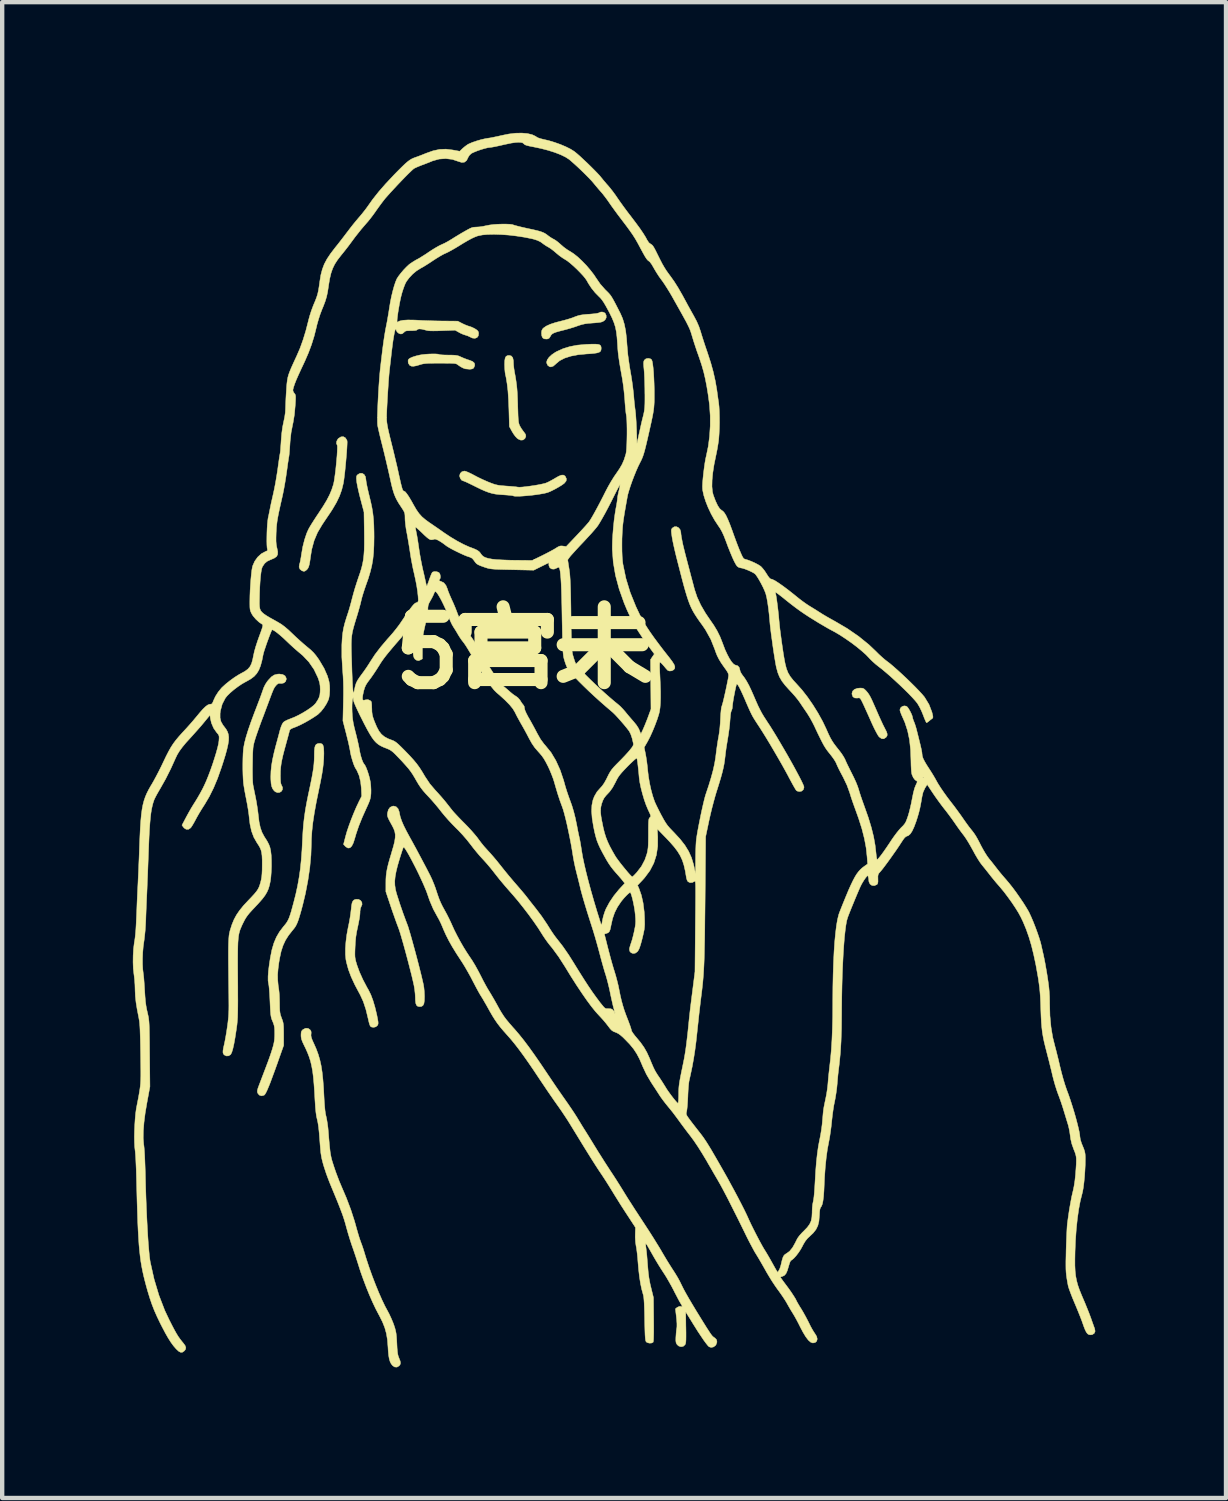
<source format=kicad_pcb>
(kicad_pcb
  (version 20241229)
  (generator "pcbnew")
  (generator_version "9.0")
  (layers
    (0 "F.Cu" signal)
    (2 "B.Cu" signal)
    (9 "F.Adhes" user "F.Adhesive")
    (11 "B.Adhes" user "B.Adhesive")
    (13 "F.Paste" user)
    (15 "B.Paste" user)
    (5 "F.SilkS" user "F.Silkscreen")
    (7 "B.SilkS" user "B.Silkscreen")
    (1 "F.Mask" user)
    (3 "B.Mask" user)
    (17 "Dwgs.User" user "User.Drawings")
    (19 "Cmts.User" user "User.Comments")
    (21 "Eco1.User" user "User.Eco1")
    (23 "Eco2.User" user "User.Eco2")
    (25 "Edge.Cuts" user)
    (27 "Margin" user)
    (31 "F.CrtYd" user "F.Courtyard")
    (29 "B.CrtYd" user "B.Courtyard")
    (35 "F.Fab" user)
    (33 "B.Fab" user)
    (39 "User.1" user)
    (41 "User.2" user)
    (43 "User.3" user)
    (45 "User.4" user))
  (footprint "5宫未"
    (layer "F.Cu")
    (at 9.009 11.934)
    (property "Reference" "5宫未" (at 0 0 0) (layer "F.SilkS") (effects (font (size 1.524 1.524) (thickness 0.3))))
    (attr through_hole)
    (fp_poly (pts (xy 1.672 -7.078) (xy 1.71 -7.066) (xy 1.733 -7.045) (xy 1.742 -7.016) (xy 1.744 -6.985) (xy 1.74 -6.947) (xy 1.727 -6.918) (xy 1.698 -6.897) (xy 1.651 -6.882) (xy 1.581 -6.871) (xy 1.484 -6.862) (xy 1.41 -6.858) (xy 1.217 -6.84) (xy 1.049 -6.808) (xy 0.905 -6.762) (xy 0.79 -6.703) (xy 0.704 -6.631) (xy 0.703 -6.63) (xy 0.644 -6.578) (xy 0.589 -6.56) (xy 0.559 -6.565) (xy 0.516 -6.596) (xy 0.493 -6.648) (xy 0.491 -6.672) (xy 0.506 -6.723) (xy 0.547 -6.781) (xy 0.61 -6.84) (xy 0.689 -6.894) (xy 0.723 -6.913) (xy 0.869 -6.979) (xy 1.025 -7.027) (xy 1.198 -7.06) (xy 1.395 -7.077) (xy 1.414 -7.078) (xy 1.528 -7.083) (xy 1.612 -7.083) (xy 1.672 -7.078)) (stroke (width 0.01) (type solid)) (fill yes) (layer "F.SilkS"))
    (fp_poly (pts (xy 7.74 0.816) (xy 7.776 0.83) (xy 7.811 0.861) (xy 7.829 0.88) (xy 7.855 0.91) (xy 7.879 0.942) (xy 7.902 0.978) (xy 7.928 1.025) (xy 7.958 1.086) (xy 7.994 1.166) (xy 8.04 1.27) (xy 8.079 1.359) (xy 8.122 1.458) (xy 8.166 1.554) (xy 8.206 1.641) (xy 8.24 1.709) (xy 8.256 1.74) (xy 8.293 1.813) (xy 8.31 1.865) (xy 8.309 1.904) (xy 8.29 1.937) (xy 8.28 1.947) (xy 8.232 1.978) (xy 8.182 1.975) (xy 8.13 1.938) (xy 8.112 1.918) (xy 8.09 1.883) (xy 8.057 1.823) (xy 8.016 1.744) (xy 7.972 1.651) (xy 7.927 1.551) (xy 7.923 1.541) (xy 7.877 1.438) (xy 7.832 1.339) (xy 7.792 1.25) (xy 7.759 1.178) (xy 7.736 1.131) (xy 7.736 1.13) (xy 7.708 1.077) (xy 7.688 1.049) (xy 7.668 1.039) (xy 7.64 1.04) (xy 7.627 1.043) (xy 7.566 1.041) (xy 7.523 1.013) (xy 7.503 0.959) (xy 7.501 0.937) (xy 7.517 0.883) (xy 7.56 0.843) (xy 7.627 0.819) (xy 7.69 0.813) (xy 7.74 0.816)) (stroke (width 0.01) (type solid)) (fill yes) (layer "F.SilkS"))
    (fp_poly (pts (xy -0.319 -6.811) (xy -0.287 -6.772) (xy -0.272 -6.705) (xy -0.271 -6.668) (xy -0.268 -6.603) (xy -0.259 -6.522) (xy -0.246 -6.443) (xy -0.246 -6.441) (xy -0.225 -6.329) (xy -0.21 -6.232) (xy -0.198 -6.143) (xy -0.189 -6.052) (xy -0.182 -5.953) (xy -0.177 -5.838) (xy -0.172 -5.697) (xy -0.172 -5.673) (xy -0.168 -5.545) (xy -0.165 -5.447) (xy -0.161 -5.373) (xy -0.156 -5.318) (xy -0.15 -5.278) (xy -0.142 -5.247) (xy -0.132 -5.221) (xy -0.121 -5.199) (xy -0.086 -5.14) (xy -0.045 -5.083) (xy -0.032 -5.067) (xy 0.006 -5.014) (xy 0.015 -4.97) (xy -0.003 -4.924) (xy -0.009 -4.914) (xy -0.05 -4.883) (xy -0.102 -4.879) (xy -0.161 -4.904) (xy -0.191 -4.927) (xy -0.23 -4.969) (xy -0.272 -5.027) (xy -0.306 -5.084) (xy -0.364 -5.19) (xy -0.375 -5.588) (xy -0.384 -5.813) (xy -0.397 -6.009) (xy -0.417 -6.178) (xy -0.441 -6.324) (xy -0.457 -6.392) (xy -0.464 -6.441) (xy -0.47 -6.51) (xy -0.473 -6.589) (xy -0.474 -6.614) (xy -0.471 -6.704) (xy -0.46 -6.765) (xy -0.44 -6.802) (xy -0.407 -6.82) (xy -0.37 -6.824) (xy -0.319 -6.811)) (stroke (width 0.01) (type solid)) (fill yes) (layer "F.SilkS"))
    (fp_poly (pts (xy 1.785 -7.819) (xy 1.827 -7.799) (xy 1.835 -7.792) (xy 1.858 -7.745) (xy 1.859 -7.691) (xy 1.841 -7.652) (xy 1.814 -7.623) (xy 1.782 -7.603) (xy 1.741 -7.588) (xy 1.681 -7.579) (xy 1.598 -7.571) (xy 1.553 -7.568) (xy 1.45 -7.56) (xy 1.369 -7.549) (xy 1.299 -7.533) (xy 1.227 -7.511) (xy 1.206 -7.503) (xy 1.125 -7.475) (xy 1.028 -7.445) (xy 0.929 -7.417) (xy 0.886 -7.406) (xy 0.783 -7.38) (xy 0.707 -7.358) (xy 0.655 -7.338) (xy 0.619 -7.317) (xy 0.595 -7.293) (xy 0.578 -7.264) (xy 0.577 -7.262) (xy 0.552 -7.222) (xy 0.518 -7.204) (xy 0.49 -7.2) (xy 0.434 -7.205) (xy 0.401 -7.227) (xy 0.38 -7.272) (xy 0.373 -7.335) (xy 0.378 -7.39) (xy 0.397 -7.43) (xy 0.419 -7.453) (xy 0.482 -7.497) (xy 0.573 -7.539) (xy 0.694 -7.579) (xy 0.819 -7.611) (xy 0.904 -7.633) (xy 0.988 -7.657) (xy 1.057 -7.679) (xy 1.087 -7.689) (xy 1.16 -7.718) (xy 1.22 -7.738) (xy 1.277 -7.751) (xy 1.341 -7.76) (xy 1.422 -7.768) (xy 1.478 -7.771) (xy 1.559 -7.778) (xy 1.628 -7.786) (xy 1.676 -7.796) (xy 1.698 -7.804) (xy 1.736 -7.821) (xy 1.785 -7.819)) (stroke (width 0.01) (type solid)) (fill yes) (layer "F.SilkS"))
    (fp_poly (pts (xy -2.052 -6.857) (xy -2 -6.853) (xy -1.974 -6.846) (xy -1.974 -6.845) (xy -1.953 -6.84) (xy -1.905 -6.836) (xy -1.838 -6.833) (xy -1.764 -6.832) (xy -1.676 -6.831) (xy -1.612 -6.828) (xy -1.565 -6.821) (xy -1.524 -6.81) (xy -1.482 -6.791) (xy -1.473 -6.787) (xy -1.401 -6.756) (xy -1.32 -6.726) (xy -1.282 -6.714) (xy -1.209 -6.685) (xy -1.168 -6.648) (xy -1.158 -6.602) (xy -1.173 -6.556) (xy -1.191 -6.528) (xy -1.218 -6.514) (xy -1.265 -6.507) (xy -1.279 -6.507) (xy -1.377 -6.516) (xy -1.431 -6.536) (xy -1.486 -6.566) (xy -1.536 -6.6) (xy -1.545 -6.607) (xy -1.562 -6.619) (xy -1.581 -6.629) (xy -1.606 -6.636) (xy -1.643 -6.64) (xy -1.695 -6.643) (xy -1.769 -6.644) (xy -1.869 -6.645) (xy -1.952 -6.645) (xy -2.077 -6.645) (xy -2.175 -6.644) (xy -2.249 -6.641) (xy -2.306 -6.636) (xy -2.351 -6.629) (xy -2.389 -6.62) (xy -2.405 -6.615) (xy -2.496 -6.587) (xy -2.564 -6.575) (xy -2.612 -6.577) (xy -2.648 -6.594) (xy -2.657 -6.602) (xy -2.686 -6.65) (xy -2.69 -6.704) (xy -2.679 -6.735) (xy -2.648 -6.759) (xy -2.589 -6.786) (xy -2.507 -6.812) (xy -2.42 -6.833) (xy -2.358 -6.843) (xy -2.282 -6.851) (xy -2.201 -6.856) (xy -2.121 -6.858) (xy -2.052 -6.857)) (stroke (width 0.01) (type solid)) (fill yes) (layer "F.SilkS"))
    (fp_poly (pts (xy -3.826 5.665) (xy -3.779 5.691) (xy -3.751 5.733) (xy -3.746 5.783) (xy -3.768 5.833) (xy -3.784 5.874) (xy -3.793 5.94) (xy -3.793 5.968) (xy -3.797 6.025) (xy -3.808 6.104) (xy -3.825 6.195) (xy -3.844 6.288) (xy -3.845 6.291) (xy -3.871 6.414) (xy -3.889 6.528) (xy -3.9 6.647) (xy -3.906 6.758) (xy -3.91 6.855) (xy -3.911 6.927) (xy -3.909 6.984) (xy -3.902 7.032) (xy -3.891 7.082) (xy -3.873 7.142) (xy -3.864 7.173) (xy -3.806 7.332) (xy -3.727 7.507) (xy -3.632 7.688) (xy -3.598 7.747) (xy -3.546 7.852) (xy -3.496 7.985) (xy -3.45 8.14) (xy -3.409 8.31) (xy -3.404 8.336) (xy -3.388 8.418) (xy -3.379 8.473) (xy -3.377 8.51) (xy -3.381 8.535) (xy -3.391 8.555) (xy -3.394 8.561) (xy -3.431 8.591) (xy -3.48 8.603) (xy -3.529 8.596) (xy -3.556 8.577) (xy -3.569 8.549) (xy -3.585 8.498) (xy -3.601 8.431) (xy -3.609 8.395) (xy -3.659 8.189) (xy -3.718 8.011) (xy -3.789 7.856) (xy -3.803 7.831) (xy -3.911 7.628) (xy -3.996 7.445) (xy -4.06 7.275) (xy -4.103 7.116) (xy -4.117 7.048) (xy -4.128 6.933) (xy -4.128 6.794) (xy -4.117 6.639) (xy -4.096 6.473) (xy -4.065 6.305) (xy -4.063 6.299) (xy -4.042 6.196) (xy -4.023 6.089) (xy -4.008 5.989) (xy -3.999 5.91) (xy -3.998 5.906) (xy -3.988 5.812) (xy -3.976 5.746) (xy -3.957 5.704) (xy -3.931 5.678) (xy -3.893 5.665) (xy -3.885 5.663) (xy -3.826 5.665)) (stroke (width 0.01) (type solid)) (fill yes) (layer "F.SilkS"))
    (fp_poly (pts (xy -4.128 -4.931) (xy -4.094 -4.876) (xy -4.091 -4.865) (xy -4.088 -4.836) (xy -4.09 -4.779) (xy -4.094 -4.699) (xy -4.1 -4.602) (xy -4.109 -4.493) (xy -4.119 -4.378) (xy -4.13 -4.262) (xy -4.141 -4.151) (xy -4.153 -4.05) (xy -4.164 -3.964) (xy -4.174 -3.9) (xy -4.176 -3.888) (xy -4.213 -3.738) (xy -4.265 -3.593) (xy -4.335 -3.447) (xy -4.426 -3.292) (xy -4.482 -3.206) (xy -4.535 -3.128) (xy -4.588 -3.049) (xy -4.635 -2.979) (xy -4.661 -2.94) (xy -4.768 -2.76) (xy -4.847 -2.573) (xy -4.902 -2.372) (xy -4.928 -2.21) (xy -4.943 -2.104) (xy -4.957 -2.025) (xy -4.973 -1.97) (xy -4.992 -1.931) (xy -5.016 -1.903) (xy -5.023 -1.897) (xy -5.057 -1.873) (xy -5.082 -1.866) (xy -5.113 -1.875) (xy -5.127 -1.88) (xy -5.171 -1.914) (xy -5.192 -1.965) (xy -5.185 -2.022) (xy -5.183 -2.028) (xy -5.172 -2.064) (xy -5.159 -2.124) (xy -5.146 -2.199) (xy -5.138 -2.254) (xy -5.108 -2.429) (xy -5.066 -2.595) (xy -5.016 -2.744) (xy -4.976 -2.833) (xy -4.949 -2.882) (xy -4.907 -2.951) (xy -4.854 -3.035) (xy -4.795 -3.126) (xy -4.745 -3.2) (xy -4.641 -3.359) (xy -4.557 -3.498) (xy -4.492 -3.624) (xy -4.443 -3.741) (xy -4.406 -3.855) (xy -4.401 -3.873) (xy -4.389 -3.93) (xy -4.377 -4.008) (xy -4.364 -4.102) (xy -4.351 -4.206) (xy -4.34 -4.315) (xy -4.33 -4.423) (xy -4.321 -4.526) (xy -4.316 -4.616) (xy -4.313 -4.69) (xy -4.313 -4.742) (xy -4.318 -4.765) (xy -4.318 -4.765) (xy -4.335 -4.804) (xy -4.329 -4.853) (xy -4.303 -4.902) (xy -4.289 -4.918) (xy -4.231 -4.954) (xy -4.176 -4.958) (xy -4.128 -4.931)) (stroke (width 0.01) (type solid)) (fill yes) (layer "F.SilkS"))
    (fp_poly (pts (xy -1.393 -4.169) (xy -1.359 -4.16) (xy -1.305 -4.138) (xy -1.238 -4.106) (xy -1.181 -4.076) (xy -1.09 -4.028) (xy -0.984 -3.977) (xy -0.88 -3.931) (xy -0.835 -3.912) (xy -0.755 -3.881) (xy -0.692 -3.86) (xy -0.632 -3.846) (xy -0.567 -3.836) (xy -0.484 -3.829) (xy -0.433 -3.825) (xy -0.345 -3.819) (xy -0.267 -3.812) (xy -0.205 -3.806) (xy -0.168 -3.8) (xy -0.166 -3.8) (xy -0.129 -3.798) (xy -0.066 -3.802) (xy 0.015 -3.811) (xy 0.108 -3.823) (xy 0.205 -3.837) (xy 0.298 -3.853) (xy 0.382 -3.87) (xy 0.447 -3.885) (xy 0.479 -3.895) (xy 0.533 -3.919) (xy 0.601 -3.955) (xy 0.672 -3.995) (xy 0.684 -4.003) (xy 0.767 -4.05) (xy 0.829 -4.075) (xy 0.876 -4.077) (xy 0.91 -4.058) (xy 0.922 -4.043) (xy 0.946 -3.99) (xy 0.939 -3.941) (xy 0.9 -3.892) (xy 0.885 -3.879) (xy 0.833 -3.842) (xy 0.762 -3.799) (xy 0.682 -3.754) (xy 0.602 -3.714) (xy 0.534 -3.684) (xy 0.502 -3.673) (xy 0.434 -3.656) (xy 0.348 -3.641) (xy 0.251 -3.626) (xy 0.146 -3.613) (xy 0.042 -3.603) (xy -0.057 -3.595) (xy -0.144 -3.59) (xy -0.213 -3.59) (xy -0.26 -3.594) (xy -0.276 -3.6) (xy -0.295 -3.605) (xy -0.343 -3.611) (xy -0.41 -3.617) (xy -0.492 -3.623) (xy -0.511 -3.624) (xy -0.606 -3.631) (xy -0.689 -3.641) (xy -0.766 -3.657) (xy -0.844 -3.68) (xy -0.928 -3.712) (xy -1.027 -3.756) (xy -1.145 -3.814) (xy -1.207 -3.845) (xy -1.283 -3.882) (xy -1.35 -3.914) (xy -1.4 -3.935) (xy -1.428 -3.945) (xy -1.43 -3.945) (xy -1.461 -3.96) (xy -1.488 -3.997) (xy -1.505 -4.044) (xy -1.507 -4.065) (xy -1.492 -4.116) (xy -1.453 -4.154) (xy -1.399 -4.169) (xy -1.393 -4.169)) (stroke (width 0.01) (type solid)) (fill yes) (layer "F.SilkS"))
    (fp_poly (pts (xy -4.662 2.099) (xy -4.641 2.131) (xy -4.628 2.185) (xy -4.624 2.266) (xy -4.623 2.318) (xy -4.626 2.429) (xy -4.634 2.542) (xy -4.648 2.665) (xy -4.67 2.802) (xy -4.7 2.96) (xy -4.738 3.144) (xy -4.739 3.15) (xy -4.796 3.426) (xy -4.841 3.674) (xy -4.875 3.896) (xy -4.897 4.096) (xy -4.909 4.277) (xy -4.911 4.385) (xy -4.92 4.649) (xy -4.946 4.933) (xy -4.989 5.228) (xy -5.046 5.527) (xy -5.107 5.783) (xy -5.144 5.922) (xy -5.176 6.033) (xy -5.203 6.121) (xy -5.228 6.19) (xy -5.253 6.246) (xy -5.279 6.293) (xy -5.31 6.336) (xy -5.346 6.38) (xy -5.349 6.383) (xy -5.436 6.494) (xy -5.506 6.605) (xy -5.561 6.725) (xy -5.605 6.86) (xy -5.639 7.019) (xy -5.656 7.118) (xy -5.675 7.266) (xy -5.685 7.394) (xy -5.683 7.514) (xy -5.672 7.639) (xy -5.657 7.739) (xy -5.651 7.792) (xy -5.645 7.869) (xy -5.642 7.96) (xy -5.64 8.053) (xy -5.64 8.054) (xy -5.639 8.149) (xy -5.636 8.219) (xy -5.629 8.273) (xy -5.619 8.319) (xy -5.602 8.368) (xy -5.593 8.393) (xy -5.575 8.44) (xy -5.562 8.483) (xy -5.554 8.527) (xy -5.549 8.581) (xy -5.547 8.652) (xy -5.546 8.749) (xy -5.546 8.763) (xy -5.546 9.017) (xy -5.624 9.237) (xy -5.695 9.439) (xy -5.757 9.611) (xy -5.81 9.754) (xy -5.854 9.873) (xy -5.892 9.967) (xy -5.923 10.041) (xy -5.949 10.095) (xy -5.97 10.132) (xy -5.987 10.154) (xy -5.997 10.161) (xy -6.052 10.176) (xy -6.1 10.162) (xy -6.116 10.147) (xy -6.14 10.117) (xy -6.151 10.088) (xy -6.15 10.052) (xy -6.137 10.002) (xy -6.111 9.931) (xy -6.106 9.918) (xy -6.031 9.721) (xy -5.967 9.553) (xy -5.913 9.41) (xy -5.869 9.289) (xy -5.834 9.187) (xy -5.807 9.102) (xy -5.786 9.029) (xy -5.771 8.967) (xy -5.761 8.911) (xy -5.756 8.859) (xy -5.753 8.807) (xy -5.752 8.755) (xy -5.753 8.669) (xy -5.757 8.607) (xy -5.767 8.556) (xy -5.783 8.506) (xy -5.799 8.467) (xy -5.816 8.427) (xy -5.828 8.39) (xy -5.837 8.35) (xy -5.844 8.302) (xy -5.849 8.238) (xy -5.854 8.153) (xy -5.859 8.042) (xy -5.86 8.018) (xy -5.865 7.909) (xy -5.871 7.806) (xy -5.878 7.717) (xy -5.885 7.647) (xy -5.892 7.605) (xy -5.893 7.603) (xy -5.904 7.531) (xy -5.904 7.432) (xy -5.895 7.305) (xy -5.875 7.149) (xy -5.852 7.002) (xy -5.816 6.821) (xy -5.77 6.666) (xy -5.713 6.531) (xy -5.641 6.408) (xy -5.551 6.29) (xy -5.546 6.284) (xy -5.506 6.236) (xy -5.474 6.192) (xy -5.447 6.145) (xy -5.422 6.091) (xy -5.398 6.023) (xy -5.371 5.937) (xy -5.341 5.826) (xy -5.32 5.749) (xy -5.268 5.545) (xy -5.226 5.352) (xy -5.192 5.162) (xy -5.164 4.967) (xy -5.143 4.759) (xy -5.126 4.533) (xy -5.114 4.294) (xy -5.104 4.112) (xy -5.091 3.943) (xy -5.072 3.78) (xy -5.048 3.614) (xy -5.016 3.436) (xy -4.976 3.237) (xy -4.962 3.175) (xy -4.927 3.008) (xy -4.899 2.869) (xy -4.878 2.752) (xy -4.862 2.652) (xy -4.852 2.563) (xy -4.846 2.48) (xy -4.843 2.397) (xy -4.843 2.362) (xy -4.841 2.259) (xy -4.834 2.185) (xy -4.82 2.135) (xy -4.798 2.105) (xy -4.766 2.09) (xy -4.744 2.086) (xy -4.696 2.086) (xy -4.662 2.099)) (stroke (width 0.01) (type solid)) (fill yes) (layer "F.SilkS"))
    (fp_poly (pts (xy -4.987 8.626) (xy -4.943 8.655) (xy -4.919 8.688) (xy -4.914 8.729) (xy -4.917 8.754) (xy -4.919 8.79) (xy -4.913 8.829) (xy -4.896 8.879) (xy -4.866 8.948) (xy -4.852 8.977) (xy -4.798 9.1) (xy -4.753 9.222) (xy -4.716 9.348) (xy -4.686 9.483) (xy -4.663 9.632) (xy -4.645 9.801) (xy -4.63 9.995) (xy -4.623 10.135) (xy -4.615 10.286) (xy -4.606 10.409) (xy -4.597 10.507) (xy -4.586 10.584) (xy -4.573 10.646) (xy -4.571 10.651) (xy -4.557 10.719) (xy -4.542 10.81) (xy -4.529 10.909) (xy -4.521 10.998) (xy -4.509 11.15) (xy -4.498 11.274) (xy -4.488 11.374) (xy -4.479 11.456) (xy -4.468 11.525) (xy -4.456 11.587) (xy -4.441 11.647) (xy -4.422 11.709) (xy -4.399 11.78) (xy -4.388 11.814) (xy -4.352 11.92) (xy -4.31 12.032) (xy -4.269 12.139) (xy -4.231 12.228) (xy -4.225 12.243) (xy -4.106 12.521) (xy -4.005 12.788) (xy -3.924 13.038) (xy -3.896 13.135) (xy -3.868 13.237) (xy -3.838 13.34) (xy -3.81 13.433) (xy -3.785 13.506) (xy -3.778 13.525) (xy -3.752 13.595) (xy -3.729 13.661) (xy -3.713 13.71) (xy -3.711 13.716) (xy -3.652 13.91) (xy -3.586 14.11) (xy -3.514 14.311) (xy -3.439 14.506) (xy -3.364 14.69) (xy -3.29 14.858) (xy -3.221 15.002) (xy -3.171 15.095) (xy -3.123 15.185) (xy -3.075 15.289) (xy -3.033 15.389) (xy -3.017 15.433) (xy -2.993 15.505) (xy -2.977 15.567) (xy -2.965 15.627) (xy -2.957 15.696) (xy -2.951 15.782) (xy -2.947 15.858) (xy -2.942 15.965) (xy -2.935 16.044) (xy -2.927 16.104) (xy -2.916 16.15) (xy -2.9 16.191) (xy -2.899 16.195) (xy -2.872 16.263) (xy -2.864 16.311) (xy -2.874 16.348) (xy -2.896 16.375) (xy -2.945 16.404) (xy -2.998 16.401) (xy -3.044 16.37) (xy -3.078 16.328) (xy -3.103 16.278) (xy -3.122 16.216) (xy -3.136 16.134) (xy -3.146 16.028) (xy -3.151 15.943) (xy -3.164 15.776) (xy -3.188 15.632) (xy -3.225 15.498) (xy -3.279 15.363) (xy -3.352 15.218) (xy -3.369 15.187) (xy -3.434 15.063) (xy -3.505 14.913) (xy -3.578 14.746) (xy -3.65 14.568) (xy -3.718 14.388) (xy -3.78 14.214) (xy -3.81 14.121) (xy -3.843 14.016) (xy -3.877 13.91) (xy -3.91 13.811) (xy -3.937 13.731) (xy -3.948 13.699) (xy -3.988 13.585) (xy -4.026 13.467) (xy -4.066 13.336) (xy -4.109 13.184) (xy -4.13 13.106) (xy -4.148 13.046) (xy -4.168 12.982) (xy -4.192 12.911) (xy -4.222 12.831) (xy -4.258 12.737) (xy -4.302 12.625) (xy -4.356 12.493) (xy -4.421 12.336) (xy -4.484 12.184) (xy -4.525 12.079) (xy -4.569 11.96) (xy -4.608 11.841) (xy -4.631 11.769) (xy -4.652 11.692) (xy -4.669 11.624) (xy -4.682 11.558) (xy -4.693 11.487) (xy -4.701 11.402) (xy -4.71 11.297) (xy -4.717 11.203) (xy -4.73 11.035) (xy -4.744 10.899) (xy -4.76 10.793) (xy -4.776 10.72) (xy -4.793 10.646) (xy -4.806 10.554) (xy -4.817 10.44) (xy -4.826 10.298) (xy -4.827 10.287) (xy -4.838 10.078) (xy -4.851 9.898) (xy -4.865 9.743) (xy -4.882 9.608) (xy -4.904 9.489) (xy -4.929 9.382) (xy -4.961 9.281) (xy -4.999 9.183) (xy -5.044 9.082) (xy -5.078 9.013) (xy -5.114 8.936) (xy -5.136 8.877) (xy -5.146 8.824) (xy -5.148 8.782) (xy -5.145 8.724) (xy -5.135 8.689) (xy -5.113 8.663) (xy -5.103 8.654) (xy -5.044 8.624) (xy -4.987 8.626)) (stroke (width 0.01) (type solid)) (fill yes) (layer "F.SilkS"))
    (fp_poly (pts (xy -5.568 0.502) (xy -5.515 0.533) (xy -5.489 0.583) (xy -5.486 0.61) (xy -5.501 0.66) (xy -5.54 0.695) (xy -5.594 0.708) (xy -5.62 0.706) (xy -5.66 0.705) (xy -5.696 0.727) (xy -5.711 0.742) (xy -5.734 0.768) (xy -5.753 0.794) (xy -5.772 0.827) (xy -5.792 0.872) (xy -5.817 0.933) (xy -5.849 1.018) (xy -5.875 1.088) (xy -5.913 1.19) (xy -5.958 1.31) (xy -6.004 1.434) (xy -6.048 1.548) (xy -6.055 1.566) (xy -6.093 1.67) (xy -6.132 1.779) (xy -6.168 1.882) (xy -6.197 1.968) (xy -6.203 1.99) (xy -6.22 2.045) (xy -6.232 2.093) (xy -6.242 2.14) (xy -6.249 2.19) (xy -6.253 2.251) (xy -6.257 2.328) (xy -6.259 2.427) (xy -6.261 2.55) (xy -6.263 2.679) (xy -6.262 2.797) (xy -6.26 2.898) (xy -6.256 2.977) (xy -6.251 3.028) (xy -6.251 3.033) (xy -6.24 3.087) (xy -6.225 3.163) (xy -6.207 3.251) (xy -6.191 3.328) (xy -6.171 3.434) (xy -6.152 3.554) (xy -6.136 3.67) (xy -6.129 3.732) (xy -6.11 3.888) (xy -6.082 4.018) (xy -6.044 4.126) (xy -5.994 4.22) (xy -5.984 4.236) (xy -5.927 4.325) (xy -5.888 4.399) (xy -5.862 4.468) (xy -5.845 4.543) (xy -5.843 4.557) (xy -5.832 4.653) (xy -5.827 4.772) (xy -5.826 4.902) (xy -5.831 5.033) (xy -5.84 5.153) (xy -5.851 5.241) (xy -5.871 5.338) (xy -5.896 5.422) (xy -5.93 5.499) (xy -5.976 5.576) (xy -6.039 5.659) (xy -6.122 5.753) (xy -6.191 5.827) (xy -6.27 5.911) (xy -6.331 5.978) (xy -6.376 6.034) (xy -6.412 6.086) (xy -6.443 6.138) (xy -6.473 6.198) (xy -6.476 6.203) (xy -6.503 6.259) (xy -6.525 6.31) (xy -6.545 6.357) (xy -6.56 6.405) (xy -6.573 6.456) (xy -6.583 6.513) (xy -6.59 6.581) (xy -6.596 6.661) (xy -6.599 6.758) (xy -6.601 6.874) (xy -6.602 7.013) (xy -6.602 7.178) (xy -6.601 7.371) (xy -6.6 7.487) (xy -6.599 7.687) (xy -6.599 7.856) (xy -6.598 7.998) (xy -6.599 8.117) (xy -6.6 8.217) (xy -6.602 8.3) (xy -6.604 8.371) (xy -6.608 8.433) (xy -6.613 8.489) (xy -6.618 8.544) (xy -6.626 8.6) (xy -6.634 8.661) (xy -6.635 8.665) (xy -6.662 8.842) (xy -6.688 8.986) (xy -6.713 9.097) (xy -6.737 9.176) (xy -6.761 9.223) (xy -6.765 9.229) (xy -6.81 9.257) (xy -6.862 9.26) (xy -6.909 9.237) (xy -6.915 9.232) (xy -6.932 9.208) (xy -6.94 9.179) (xy -6.939 9.139) (xy -6.93 9.081) (xy -6.911 8.997) (xy -6.909 8.989) (xy -6.895 8.921) (xy -6.878 8.829) (xy -6.86 8.724) (xy -6.844 8.617) (xy -6.838 8.577) (xy -6.827 8.495) (xy -6.819 8.423) (xy -6.812 8.353) (xy -6.808 8.28) (xy -6.805 8.198) (xy -6.804 8.102) (xy -6.805 7.986) (xy -6.806 7.844) (xy -6.807 7.781) (xy -6.81 7.543) (xy -6.812 7.336) (xy -6.814 7.158) (xy -6.815 7.006) (xy -6.815 6.878) (xy -6.814 6.77) (xy -6.812 6.681) (xy -6.809 6.608) (xy -6.805 6.547) (xy -6.801 6.498) (xy -6.795 6.456) (xy -6.787 6.42) (xy -6.779 6.386) (xy -6.777 6.379) (xy -6.735 6.246) (xy -6.687 6.129) (xy -6.63 6.023) (xy -6.559 5.919) (xy -6.47 5.809) (xy -6.359 5.69) (xy -6.277 5.604) (xy -6.215 5.536) (xy -6.17 5.481) (xy -6.137 5.432) (xy -6.113 5.385) (xy -6.094 5.333) (xy -6.076 5.272) (xy -6.061 5.21) (xy -6.05 5.148) (xy -6.044 5.078) (xy -6.04 4.991) (xy -6.039 4.879) (xy -6.039 4.877) (xy -6.039 4.758) (xy -6.043 4.666) (xy -6.052 4.593) (xy -6.067 4.532) (xy -6.091 4.476) (xy -6.125 4.417) (xy -6.158 4.368) (xy -6.231 4.24) (xy -6.284 4.099) (xy -6.319 3.94) (xy -6.335 3.81) (xy -6.345 3.717) (xy -6.361 3.604) (xy -6.381 3.486) (xy -6.402 3.377) (xy -6.403 3.37) (xy -6.423 3.27) (xy -6.442 3.169) (xy -6.457 3.079) (xy -6.468 3.008) (xy -6.469 2.997) (xy -6.476 2.911) (xy -6.481 2.802) (xy -6.484 2.679) (xy -6.484 2.551) (xy -6.482 2.427) (xy -6.478 2.315) (xy -6.471 2.224) (xy -6.467 2.19) (xy -6.446 2.075) (xy -6.41 1.937) (xy -6.36 1.775) (xy -6.295 1.587) (xy -6.215 1.372) (xy -6.199 1.332) (xy -6.158 1.225) (xy -6.119 1.122) (xy -6.084 1.031) (xy -6.057 0.956) (xy -6.039 0.905) (xy -6.036 0.897) (xy -6.004 0.805) (xy -5.969 0.733) (xy -5.926 0.666) (xy -5.896 0.629) (xy -5.829 0.557) (xy -5.763 0.513) (xy -5.689 0.494) (xy -5.646 0.491) (xy -5.568 0.502)) (stroke (width 0.01) (type solid)) (fill yes) (layer "F.SilkS"))
    (fp_poly (pts (xy -2.964 3.538) (xy -2.92 3.583) (xy -2.893 3.655) (xy -2.887 3.688) (xy -2.87 3.767) (xy -2.839 3.859) (xy -2.793 3.967) (xy -2.729 4.095) (xy -2.664 4.215) (xy -2.594 4.342) (xy -2.515 4.486) (xy -2.433 4.64) (xy -2.351 4.794) (xy -2.274 4.94) (xy -2.207 5.07) (xy -2.176 5.131) (xy -2.136 5.217) (xy -2.095 5.317) (xy -2.059 5.413) (xy -2.052 5.436) (xy -2.012 5.557) (xy -1.977 5.655) (xy -1.941 5.741) (xy -1.901 5.823) (xy -1.853 5.911) (xy -1.841 5.932) (xy -1.794 6.019) (xy -1.743 6.121) (xy -1.696 6.221) (xy -1.678 6.262) (xy -1.628 6.372) (xy -1.564 6.498) (xy -1.492 6.632) (xy -1.417 6.762) (xy -1.345 6.878) (xy -1.297 6.951) (xy -1.219 7.067) (xy -1.147 7.186) (xy -1.074 7.319) (xy -1.008 7.447) (xy -0.962 7.538) (xy -0.91 7.634) (xy -0.86 7.723) (xy -0.828 7.775) (xy -0.783 7.849) (xy -0.73 7.939) (xy -0.676 8.034) (xy -0.639 8.101) (xy -0.585 8.2) (xy -0.535 8.282) (xy -0.486 8.357) (xy -0.431 8.43) (xy -0.365 8.509) (xy -0.284 8.602) (xy -0.241 8.649) (xy -0.142 8.765) (xy -0.033 8.901) (xy 0.086 9.059) (xy 0.217 9.242) (xy 0.361 9.451) (xy 0.513 9.677) (xy 0.591 9.793) (xy 0.676 9.919) (xy 0.764 10.048) (xy 0.847 10.167) (xy 0.918 10.268) (xy 0.987 10.367) (xy 1.058 10.471) (xy 1.126 10.573) (xy 1.183 10.662) (xy 1.216 10.717) (xy 1.262 10.792) (xy 1.305 10.863) (xy 1.341 10.921) (xy 1.363 10.956) (xy 1.383 10.987) (xy 1.418 11.043) (xy 1.464 11.117) (xy 1.518 11.205) (xy 1.577 11.301) (xy 1.604 11.345) (xy 1.674 11.459) (xy 1.75 11.579) (xy 1.826 11.699) (xy 1.896 11.807) (xy 1.954 11.897) (xy 1.959 11.904) (xy 2.027 12.007) (xy 2.103 12.125) (xy 2.179 12.246) (xy 2.247 12.355) (xy 2.257 12.372) (xy 2.305 12.45) (xy 2.367 12.549) (xy 2.441 12.664) (xy 2.521 12.789) (xy 2.604 12.916) (xy 2.686 13.041) (xy 2.697 13.058) (xy 2.778 13.182) (xy 2.861 13.31) (xy 2.941 13.436) (xy 3.014 13.554) (xy 3.077 13.656) (xy 3.126 13.738) (xy 3.131 13.748) (xy 3.19 13.848) (xy 3.254 13.955) (xy 3.318 14.058) (xy 3.374 14.146) (xy 3.389 14.169) (xy 3.443 14.253) (xy 3.498 14.344) (xy 3.545 14.429) (xy 3.572 14.484) (xy 3.608 14.558) (xy 3.65 14.64) (xy 3.702 14.734) (xy 3.764 14.842) (xy 3.839 14.968) (xy 3.928 15.116) (xy 4.034 15.288) (xy 4.036 15.291) (xy 4.109 15.409) (xy 4.167 15.502) (xy 4.213 15.573) (xy 4.248 15.626) (xy 4.275 15.664) (xy 4.297 15.691) (xy 4.317 15.709) (xy 4.336 15.724) (xy 4.353 15.734) (xy 4.392 15.775) (xy 4.402 15.827) (xy 4.382 15.885) (xy 4.368 15.907) (xy 4.322 15.941) (xy 4.268 15.952) (xy 4.221 15.937) (xy 4.195 15.912) (xy 4.154 15.861) (xy 4.1 15.788) (xy 4.038 15.696) (xy 3.967 15.59) (xy 3.893 15.472) (xy 3.854 15.41) (xy 3.802 15.325) (xy 3.756 15.251) (xy 3.719 15.192) (xy 3.695 15.153) (xy 3.685 15.138) (xy 3.685 15.138) (xy 3.685 15.155) (xy 3.685 15.2) (xy 3.686 15.269) (xy 3.687 15.357) (xy 3.688 15.459) (xy 3.689 15.494) (xy 3.691 15.616) (xy 3.691 15.708) (xy 3.69 15.776) (xy 3.687 15.825) (xy 3.682 15.858) (xy 3.674 15.88) (xy 3.667 15.892) (xy 3.627 15.927) (xy 3.575 15.936) (xy 3.523 15.919) (xy 3.488 15.888) (xy 3.471 15.862) (xy 3.461 15.832) (xy 3.457 15.791) (xy 3.458 15.728) (xy 3.46 15.698) (xy 3.465 15.625) (xy 3.471 15.559) (xy 3.478 15.512) (xy 3.48 15.504) (xy 3.483 15.468) (xy 3.483 15.406) (xy 3.478 15.329) (xy 3.471 15.26) (xy 3.448 15.066) (xy 3.488 15.033) (xy 3.538 15.01) (xy 3.568 15.011) (xy 3.595 15.016) (xy 3.604 15.009) (xy 3.594 14.984) (xy 3.566 14.937) (xy 3.543 14.899) (xy 3.51 14.837) (xy 3.47 14.76) (xy 3.426 14.676) (xy 3.412 14.647) (xy 3.36 14.548) (xy 3.3 14.441) (xy 3.241 14.339) (xy 3.188 14.255) (xy 3.185 14.251) (xy 3.127 14.162) (xy 3.062 14.058) (xy 3 13.955) (xy 2.964 13.894) (xy 2.919 13.815) (xy 2.876 13.739) (xy 2.839 13.675) (xy 2.816 13.634) (xy 2.791 13.594) (xy 2.772 13.571) (xy 2.767 13.568) (xy 2.765 13.588) (xy 2.768 13.631) (xy 2.776 13.69) (xy 2.776 13.693) (xy 2.784 13.752) (xy 2.792 13.835) (xy 2.8 13.934) (xy 2.808 14.037) (xy 2.811 14.074) (xy 2.824 14.225) (xy 2.841 14.358) (xy 2.866 14.489) (xy 2.886 14.573) (xy 2.944 14.808) (xy 2.949 15.312) (xy 2.95 15.469) (xy 2.95 15.595) (xy 2.948 15.691) (xy 2.946 15.762) (xy 2.942 15.807) (xy 2.936 15.831) (xy 2.934 15.835) (xy 2.897 15.852) (xy 2.846 15.853) (xy 2.799 15.839) (xy 2.78 15.826) (xy 2.772 15.815) (xy 2.765 15.796) (xy 2.76 15.766) (xy 2.755 15.722) (xy 2.751 15.659) (xy 2.748 15.574) (xy 2.745 15.463) (xy 2.742 15.322) (xy 2.742 15.303) (xy 2.739 15.151) (xy 2.735 15.029) (xy 2.731 14.933) (xy 2.726 14.859) (xy 2.721 14.803) (xy 2.714 14.76) (xy 2.705 14.727) (xy 2.704 14.724) (xy 2.675 14.619) (xy 2.647 14.487) (xy 2.623 14.335) (xy 2.604 14.171) (xy 2.59 14.012) (xy 2.582 13.91) (xy 2.572 13.809) (xy 2.561 13.72) (xy 2.551 13.652) (xy 2.546 13.631) (xy 2.532 13.536) (xy 2.525 13.422) (xy 2.526 13.36) (xy 2.531 13.199) (xy 2.343 12.911) (xy 2.272 12.802) (xy 2.194 12.681) (xy 2.118 12.559) (xy 2.048 12.447) (xy 2.006 12.378) (xy 1.945 12.279) (xy 1.878 12.172) (xy 1.812 12.069) (xy 1.754 11.981) (xy 1.736 11.955) (xy 1.685 11.879) (xy 1.618 11.776) (xy 1.538 11.65) (xy 1.446 11.503) (xy 1.344 11.339) (xy 1.234 11.159) (xy 1.117 10.968) (xy 1.025 10.818) (xy 0.972 10.733) (xy 0.905 10.631) (xy 0.833 10.523) (xy 0.761 10.42) (xy 0.731 10.378) (xy 0.668 10.289) (xy 0.593 10.18) (xy 0.51 10.06) (xy 0.427 9.936) (xy 0.348 9.819) (xy 0.328 9.789) (xy 0.192 9.585) (xy 0.07 9.407) (xy -0.04 9.251) (xy -0.139 9.116) (xy -0.231 8.997) (xy -0.317 8.891) (xy -0.401 8.795) (xy -0.401 8.795) (xy -0.497 8.687) (xy -0.574 8.596) (xy -0.638 8.513) (xy -0.696 8.429) (xy -0.753 8.338) (xy -0.815 8.231) (xy -0.843 8.18) (xy -0.891 8.094) (xy -0.938 8.013) (xy -0.978 7.944) (xy -1.008 7.895) (xy -1.017 7.881) (xy -1.04 7.844) (xy -1.075 7.782) (xy -1.118 7.703) (xy -1.165 7.614) (xy -1.202 7.543) (xy -1.257 7.437) (xy -1.32 7.325) (xy -1.382 7.217) (xy -1.439 7.124) (xy -1.463 7.087) (xy -1.578 6.911) (xy -1.674 6.755) (xy -1.754 6.613) (xy -1.821 6.48) (xy -1.879 6.351) (xy -1.898 6.304) (xy -1.931 6.227) (xy -1.969 6.148) (xy -2.004 6.083) (xy -2.007 6.079) (xy -2.11 5.89) (xy -2.194 5.693) (xy -2.242 5.554) (xy -2.267 5.484) (xy -2.303 5.397) (xy -2.346 5.297) (xy -2.396 5.188) (xy -2.449 5.075) (xy -2.505 4.961) (xy -2.562 4.85) (xy -2.616 4.746) (xy -2.667 4.652) (xy -2.712 4.574) (xy -2.75 4.513) (xy -2.777 4.476) (xy -2.793 4.464) (xy -2.795 4.465) (xy -2.804 4.485) (xy -2.821 4.532) (xy -2.843 4.6) (xy -2.869 4.682) (xy -2.885 4.733) (xy -2.932 4.893) (xy -2.965 5.028) (xy -2.986 5.144) (xy -2.996 5.246) (xy -2.993 5.34) (xy -2.98 5.432) (xy -2.956 5.528) (xy -2.947 5.556) (xy -2.879 5.769) (xy -2.808 5.974) (xy -2.739 6.162) (xy -2.709 6.24) (xy -2.69 6.292) (xy -2.666 6.372) (xy -2.635 6.475) (xy -2.601 6.596) (xy -2.564 6.73) (xy -2.525 6.873) (xy -2.486 7.02) (xy -2.448 7.165) (xy -2.413 7.304) (xy -2.381 7.432) (xy -2.355 7.544) (xy -2.336 7.628) (xy -2.326 7.693) (xy -2.318 7.777) (xy -2.314 7.864) (xy -2.313 7.893) (xy -2.316 7.99) (xy -2.326 8.058) (xy -2.348 8.101) (xy -2.381 8.123) (xy -2.421 8.128) (xy -2.466 8.121) (xy -2.496 8.096) (xy -2.514 8.049) (xy -2.522 7.976) (xy -2.523 7.923) (xy -2.528 7.833) (xy -2.539 7.732) (xy -2.554 7.641) (xy -2.555 7.637) (xy -2.579 7.531) (xy -2.608 7.407) (xy -2.643 7.27) (xy -2.68 7.125) (xy -2.719 6.978) (xy -2.758 6.833) (xy -2.796 6.695) (xy -2.832 6.57) (xy -2.863 6.463) (xy -2.89 6.378) (xy -2.91 6.321) (xy -2.91 6.32) (xy -2.937 6.251) (xy -2.971 6.158) (xy -3.009 6.05) (xy -3.05 5.935) (xy -3.088 5.822) (xy -3.2 5.488) (xy -3.2 5.294) (xy -3.199 5.204) (xy -3.194 5.122) (xy -3.184 5.041) (xy -3.168 4.955) (xy -3.145 4.857) (xy -3.113 4.742) (xy -3.071 4.602) (xy -3.064 4.576) (xy -3.025 4.444) (xy -2.999 4.338) (xy -2.986 4.251) (xy -2.984 4.177) (xy -2.995 4.11) (xy -3.019 4.044) (xy -3.054 3.973) (xy -3.059 3.965) (xy -3.104 3.883) (xy -3.135 3.824) (xy -3.153 3.782) (xy -3.163 3.75) (xy -3.165 3.721) (xy -3.163 3.688) (xy -3.162 3.68) (xy -3.142 3.605) (xy -3.102 3.551) (xy -3.046 3.525) (xy -3.021 3.522) (xy -2.964 3.538)) (stroke (width 0.01) (type solid)) (fill yes) (layer "F.SilkS"))
    (fp_poly (pts (xy 0.05 -11.918) (xy 0.159 -11.892) (xy 0.242 -11.853) (xy 0.262 -11.837) (xy 0.297 -11.819) (xy 0.351 -11.801) (xy 0.406 -11.787) (xy 0.536 -11.757) (xy 0.672 -11.716) (xy 0.807 -11.668) (xy 0.932 -11.615) (xy 1.04 -11.561) (xy 1.123 -11.509) (xy 1.13 -11.504) (xy 1.184 -11.46) (xy 1.254 -11.399) (xy 1.334 -11.324) (xy 1.421 -11.243) (xy 1.507 -11.159) (xy 1.587 -11.079) (xy 1.657 -11.007) (xy 1.71 -10.95) (xy 1.731 -10.924) (xy 1.788 -10.854) (xy 1.852 -10.778) (xy 1.909 -10.713) (xy 1.91 -10.713) (xy 1.956 -10.657) (xy 2.013 -10.584) (xy 2.073 -10.502) (xy 2.12 -10.433) (xy 2.175 -10.354) (xy 2.243 -10.259) (xy 2.318 -10.157) (xy 2.392 -10.059) (xy 2.419 -10.025) (xy 2.537 -9.869) (xy 2.634 -9.737) (xy 2.71 -9.625) (xy 2.767 -9.533) (xy 2.795 -9.479) (xy 2.838 -9.413) (xy 2.883 -9.379) (xy 2.906 -9.365) (xy 2.93 -9.34) (xy 2.957 -9.298) (xy 2.991 -9.235) (xy 3.035 -9.146) (xy 3.095 -9.025) (xy 3.145 -8.928) (xy 3.192 -8.847) (xy 3.239 -8.772) (xy 3.292 -8.698) (xy 3.338 -8.636) (xy 3.419 -8.522) (xy 3.507 -8.383) (xy 3.603 -8.216) (xy 3.688 -8.06) (xy 3.728 -7.985) (xy 3.779 -7.893) (xy 3.832 -7.798) (xy 3.87 -7.73) (xy 3.935 -7.608) (xy 3.986 -7.491) (xy 4.03 -7.362) (xy 4.038 -7.332) (xy 4.068 -7.236) (xy 4.105 -7.121) (xy 4.145 -7) (xy 4.184 -6.887) (xy 4.192 -6.862) (xy 4.258 -6.659) (xy 4.317 -6.446) (xy 4.364 -6.235) (xy 4.398 -6.038) (xy 4.402 -6.011) (xy 4.414 -5.921) (xy 4.428 -5.821) (xy 4.441 -5.734) (xy 4.441 -5.732) (xy 4.45 -5.648) (xy 4.456 -5.539) (xy 4.459 -5.413) (xy 4.46 -5.279) (xy 4.457 -5.144) (xy 4.451 -5.018) (xy 4.443 -4.908) (xy 4.438 -4.86) (xy 4.424 -4.769) (xy 4.406 -4.663) (xy 4.385 -4.559) (xy 4.377 -4.521) (xy 4.335 -4.316) (xy 4.306 -4.128) (xy 4.29 -3.96) (xy 4.287 -3.815) (xy 4.298 -3.697) (xy 4.316 -3.622) (xy 4.368 -3.484) (xy 4.417 -3.379) (xy 4.463 -3.308) (xy 4.506 -3.27) (xy 4.509 -3.268) (xy 4.542 -3.245) (xy 4.576 -3.205) (xy 4.612 -3.145) (xy 4.651 -3.062) (xy 4.696 -2.953) (xy 4.747 -2.816) (xy 4.767 -2.76) (xy 4.805 -2.654) (xy 4.846 -2.543) (xy 4.886 -2.438) (xy 4.921 -2.35) (xy 4.932 -2.326) (xy 4.965 -2.249) (xy 4.99 -2.198) (xy 5.01 -2.167) (xy 5.03 -2.151) (xy 5.051 -2.144) (xy 5.112 -2.126) (xy 5.188 -2.097) (xy 5.269 -2.061) (xy 5.342 -2.023) (xy 5.398 -1.988) (xy 5.413 -1.976) (xy 5.45 -1.936) (xy 5.495 -1.879) (xy 5.537 -1.815) (xy 5.54 -1.81) (xy 5.575 -1.755) (xy 5.607 -1.714) (xy 5.63 -1.694) (xy 5.634 -1.693) (xy 5.674 -1.682) (xy 5.738 -1.65) (xy 5.82 -1.597) (xy 5.92 -1.527) (xy 6.035 -1.441) (xy 6.162 -1.341) (xy 6.215 -1.298) (xy 6.293 -1.235) (xy 6.375 -1.173) (xy 6.451 -1.119) (xy 6.511 -1.079) (xy 6.583 -1.035) (xy 6.668 -0.983) (xy 6.749 -0.931) (xy 6.765 -0.921) (xy 6.833 -0.878) (xy 6.921 -0.826) (xy 7.016 -0.772) (xy 7.108 -0.721) (xy 7.112 -0.719) (xy 7.393 -0.554) (xy 7.653 -0.375) (xy 7.889 -0.184) (xy 8.052 -0.029) (xy 8.12 0.039) (xy 8.191 0.104) (xy 8.256 0.16) (xy 8.302 0.196) (xy 8.368 0.246) (xy 8.45 0.315) (xy 8.544 0.398) (xy 8.646 0.491) (xy 8.751 0.589) (xy 8.854 0.689) (xy 8.951 0.785) (xy 9.037 0.874) (xy 9.108 0.951) (xy 9.16 1.012) (xy 9.171 1.027) (xy 9.27 1.19) (xy 9.336 1.361) (xy 9.347 1.404) (xy 9.359 1.457) (xy 9.36 1.488) (xy 9.351 1.507) (xy 9.337 1.518) (xy 9.3 1.546) (xy 9.265 1.575) (xy 9.234 1.599) (xy 9.213 1.609) (xy 9.203 1.594) (xy 9.184 1.553) (xy 9.159 1.494) (xy 9.137 1.435) (xy 9.099 1.342) (xy 9.055 1.252) (xy 9.012 1.178) (xy 9 1.16) (xy 8.954 1.103) (xy 8.887 1.029) (xy 8.803 0.941) (xy 8.706 0.845) (xy 8.601 0.744) (xy 8.492 0.643) (xy 8.385 0.545) (xy 8.282 0.456) (xy 8.19 0.379) (xy 8.12 0.325) (xy 8.047 0.267) (xy 7.973 0.201) (xy 7.91 0.139) (xy 7.894 0.121) (xy 7.822 0.046) (xy 7.725 -0.04) (xy 7.612 -0.133) (xy 7.488 -0.227) (xy 7.359 -0.317) (xy 7.233 -0.4) (xy 7.115 -0.47) (xy 7.044 -0.508) (xy 6.995 -0.534) (xy 6.924 -0.574) (xy 6.837 -0.625) (xy 6.741 -0.681) (xy 6.644 -0.741) (xy 6.641 -0.743) (xy 6.518 -0.819) (xy 6.41 -0.89) (xy 6.308 -0.96) (xy 6.205 -1.035) (xy 6.094 -1.12) (xy 5.967 -1.221) (xy 5.927 -1.254) (xy 5.849 -1.315) (xy 5.795 -1.356) (xy 5.761 -1.378) (xy 5.745 -1.381) (xy 5.744 -1.369) (xy 5.746 -1.366) (xy 5.755 -1.33) (xy 5.766 -1.267) (xy 5.778 -1.182) (xy 5.791 -1.083) (xy 5.804 -0.975) (xy 5.816 -0.866) (xy 5.825 -0.762) (xy 5.835 -0.662) (xy 5.848 -0.539) (xy 5.866 -0.402) (xy 5.885 -0.257) (xy 5.906 -0.114) (xy 5.926 0.021) (xy 5.946 0.14) (xy 5.964 0.236) (xy 5.969 0.26) (xy 5.997 0.369) (xy 6.034 0.463) (xy 6.085 0.549) (xy 6.156 0.638) (xy 6.227 0.715) (xy 6.352 0.854) (xy 6.48 1.018) (xy 6.605 1.199) (xy 6.723 1.389) (xy 6.829 1.581) (xy 6.917 1.766) (xy 6.917 1.767) (xy 6.962 1.868) (xy 7.001 1.949) (xy 7.04 2.018) (xy 7.084 2.086) (xy 7.14 2.16) (xy 7.212 2.251) (xy 7.213 2.252) (xy 7.262 2.317) (xy 7.305 2.383) (xy 7.336 2.438) (xy 7.344 2.455) (xy 7.362 2.497) (xy 7.392 2.562) (xy 7.431 2.641) (xy 7.474 2.728) (xy 7.495 2.769) (xy 7.546 2.872) (xy 7.593 2.974) (xy 7.63 3.066) (xy 7.654 3.138) (xy 7.655 3.141) (xy 7.674 3.206) (xy 7.702 3.292) (xy 7.736 3.391) (xy 7.773 3.494) (xy 7.789 3.539) (xy 7.877 3.788) (xy 7.946 4.015) (xy 7.998 4.224) (xy 8.033 4.421) (xy 8.053 4.594) (xy 8.06 4.661) (xy 8.068 4.714) (xy 8.075 4.746) (xy 8.078 4.75) (xy 8.094 4.741) (xy 8.126 4.706) (xy 8.172 4.648) (xy 8.229 4.57) (xy 8.295 4.475) (xy 8.369 4.365) (xy 8.411 4.301) (xy 8.468 4.219) (xy 8.529 4.137) (xy 8.587 4.066) (xy 8.634 4.014) (xy 8.636 4.013) (xy 8.682 3.967) (xy 8.714 3.927) (xy 8.74 3.883) (xy 8.763 3.825) (xy 8.788 3.754) (xy 8.813 3.67) (xy 8.839 3.566) (xy 8.864 3.456) (xy 8.883 3.357) (xy 8.911 3.219) (xy 8.939 3.113) (xy 8.968 3.041) (xy 8.993 2.989) (xy 8.999 2.96) (xy 8.991 2.949) (xy 8.949 2.921) (xy 8.911 2.87) (xy 9.127 2.87) (xy 9.136 2.879) (xy 9.144 2.87) (xy 9.136 2.862) (xy 9.127 2.87) (xy 8.911 2.87) (xy 8.91 2.869) (xy 8.881 2.805) (xy 8.875 2.786) (xy 8.868 2.74) (xy 8.862 2.67) (xy 8.858 2.585) (xy 8.856 2.493) (xy 8.856 2.486) (xy 8.847 2.23) (xy 8.822 1.999) (xy 8.778 1.791) (xy 8.716 1.602) (xy 8.669 1.495) (xy 8.639 1.428) (xy 8.616 1.368) (xy 8.603 1.325) (xy 8.602 1.314) (xy 8.617 1.269) (xy 8.653 1.237) (xy 8.7 1.222) (xy 8.747 1.229) (xy 8.775 1.249) (xy 8.802 1.287) (xy 8.833 1.34) (xy 8.861 1.396) (xy 8.882 1.446) (xy 8.89 1.477) (xy 8.897 1.51) (xy 8.913 1.558) (xy 8.922 1.579) (xy 8.944 1.635) (xy 8.967 1.707) (xy 8.982 1.761) (xy 9.02 1.911) (xy 9.05 2.032) (xy 9.073 2.127) (xy 9.09 2.2) (xy 9.101 2.254) (xy 9.108 2.293) (xy 9.11 2.32) (xy 9.111 2.325) (xy 9.116 2.372) (xy 9.134 2.427) (xy 9.167 2.494) (xy 9.217 2.579) (xy 9.279 2.675) (xy 9.327 2.75) (xy 9.373 2.825) (xy 9.41 2.888) (xy 9.428 2.921) (xy 9.474 3.003) (xy 9.537 3.103) (xy 9.613 3.214) (xy 9.696 3.329) (xy 9.782 3.441) (xy 9.786 3.446) (xy 9.848 3.526) (xy 9.918 3.621) (xy 9.987 3.716) (xy 10.028 3.774) (xy 10.082 3.852) (xy 10.136 3.928) (xy 10.185 3.995) (xy 10.218 4.037) (xy 10.268 4.099) (xy 10.308 4.153) (xy 10.343 4.206) (xy 10.378 4.266) (xy 10.418 4.341) (xy 10.462 4.428) (xy 10.509 4.515) (xy 10.56 4.602) (xy 10.609 4.678) (xy 10.65 4.733) (xy 10.702 4.796) (xy 10.762 4.872) (xy 10.82 4.947) (xy 10.831 4.961) (xy 10.891 5.037) (xy 10.961 5.121) (xy 11.027 5.197) (xy 11.036 5.207) (xy 11.105 5.289) (xy 11.185 5.389) (xy 11.269 5.502) (xy 11.352 5.621) (xy 11.431 5.737) (xy 11.499 5.845) (xy 11.553 5.936) (xy 11.57 5.969) (xy 11.615 6.066) (xy 11.664 6.181) (xy 11.713 6.306) (xy 11.759 6.431) (xy 11.799 6.549) (xy 11.83 6.649) (xy 11.842 6.697) (xy 11.859 6.772) (xy 11.879 6.862) (xy 11.9 6.951) (xy 11.903 6.968) (xy 11.917 7.035) (xy 11.935 7.127) (xy 11.954 7.235) (xy 11.974 7.35) (xy 11.989 7.444) (xy 12.009 7.579) (xy 12.023 7.692) (xy 12.032 7.795) (xy 12.038 7.898) (xy 12.04 8.012) (xy 12.04 8.051) (xy 12.047 8.335) (xy 12.071 8.593) (xy 12.11 8.83) (xy 12.16 9.03) (xy 12.174 9.082) (xy 12.194 9.159) (xy 12.218 9.256) (xy 12.245 9.364) (xy 12.271 9.477) (xy 12.276 9.498) (xy 12.312 9.643) (xy 12.35 9.783) (xy 12.388 9.909) (xy 12.423 10.014) (xy 12.435 10.047) (xy 12.475 10.154) (xy 12.516 10.274) (xy 12.558 10.404) (xy 12.599 10.537) (xy 12.637 10.669) (xy 12.67 10.793) (xy 12.698 10.905) (xy 12.719 10.999) (xy 12.731 11.07) (xy 12.734 11.103) (xy 12.744 11.174) (xy 12.773 11.268) (xy 12.797 11.325) (xy 12.827 11.399) (xy 12.845 11.456) (xy 12.855 11.511) (xy 12.859 11.576) (xy 12.859 11.633) (xy 12.857 11.764) (xy 12.85 11.901) (xy 12.841 12.037) (xy 12.828 12.165) (xy 12.814 12.279) (xy 12.798 12.37) (xy 12.786 12.42) (xy 12.744 12.586) (xy 12.707 12.782) (xy 12.676 13.002) (xy 12.651 13.244) (xy 12.633 13.502) (xy 12.623 13.75) (xy 12.62 13.924) (xy 12.62 14.072) (xy 12.626 14.198) (xy 12.638 14.31) (xy 12.658 14.414) (xy 12.685 14.517) (xy 12.722 14.624) (xy 12.77 14.743) (xy 12.801 14.816) (xy 12.847 14.923) (xy 12.893 15.036) (xy 12.937 15.145) (xy 12.973 15.24) (xy 12.988 15.281) (xy 13.016 15.361) (xy 13.042 15.434) (xy 13.063 15.492) (xy 13.074 15.522) (xy 13.084 15.581) (xy 13.064 15.628) (xy 13.02 15.657) (xy 12.98 15.663) (xy 12.943 15.658) (xy 12.912 15.64) (xy 12.884 15.605) (xy 12.855 15.548) (xy 12.822 15.464) (xy 12.803 15.409) (xy 12.779 15.341) (xy 12.744 15.25) (xy 12.702 15.145) (xy 12.657 15.035) (xy 12.615 14.935) (xy 12.572 14.833) (xy 12.534 14.737) (xy 12.502 14.651) (xy 12.478 14.583) (xy 12.466 14.539) (xy 12.465 14.537) (xy 12.448 14.446) (xy 12.435 14.368) (xy 12.425 14.298) (xy 12.418 14.229) (xy 12.414 14.156) (xy 12.413 14.072) (xy 12.413 13.971) (xy 12.416 13.847) (xy 12.418 13.729) (xy 12.422 13.596) (xy 12.427 13.467) (xy 12.432 13.347) (xy 12.437 13.243) (xy 12.442 13.16) (xy 12.447 13.106) (xy 12.469 12.945) (xy 12.493 12.784) (xy 12.52 12.63) (xy 12.546 12.492) (xy 12.572 12.379) (xy 12.577 12.361) (xy 12.6 12.251) (xy 12.62 12.12) (xy 12.635 11.979) (xy 12.636 11.963) (xy 12.645 11.839) (xy 12.651 11.742) (xy 12.653 11.667) (xy 12.652 11.608) (xy 12.646 11.558) (xy 12.634 11.512) (xy 12.618 11.464) (xy 12.595 11.407) (xy 12.592 11.399) (xy 12.549 11.278) (xy 12.523 11.167) (xy 12.513 11.094) (xy 12.501 11.009) (xy 12.484 10.92) (xy 12.466 10.845) (xy 12.463 10.837) (xy 12.444 10.775) (xy 12.419 10.693) (xy 12.391 10.601) (xy 12.369 10.529) (xy 12.337 10.425) (xy 12.298 10.308) (xy 12.258 10.196) (xy 12.236 10.139) (xy 12.203 10.046) (xy 12.167 9.933) (xy 12.134 9.816) (xy 12.107 9.711) (xy 12.083 9.607) (xy 12.052 9.483) (xy 12.02 9.353) (xy 11.988 9.231) (xy 11.979 9.195) (xy 11.942 9.051) (xy 11.912 8.928) (xy 11.89 8.818) (xy 11.872 8.713) (xy 11.86 8.605) (xy 11.85 8.487) (xy 11.843 8.351) (xy 11.837 8.189) (xy 11.837 8.179) (xy 11.832 8.028) (xy 11.826 7.903) (xy 11.818 7.795) (xy 11.809 7.696) (xy 11.796 7.598) (xy 11.781 7.493) (xy 11.771 7.434) (xy 11.724 7.17) (xy 11.674 6.935) (xy 11.622 6.724) (xy 11.565 6.532) (xy 11.502 6.353) (xy 11.431 6.182) (xy 11.378 6.071) (xy 11.326 5.975) (xy 11.256 5.862) (xy 11.174 5.739) (xy 11.084 5.614) (xy 10.993 5.493) (xy 10.904 5.386) (xy 10.874 5.351) (xy 10.812 5.28) (xy 10.746 5.2) (xy 10.687 5.127) (xy 10.681 5.119) (xy 10.624 5.046) (xy 10.559 4.964) (xy 10.499 4.89) (xy 10.495 4.886) (xy 10.446 4.821) (xy 10.389 4.733) (xy 10.33 4.633) (xy 10.279 4.539) (xy 10.228 4.447) (xy 10.174 4.354) (xy 10.122 4.271) (xy 10.077 4.206) (xy 10.067 4.193) (xy 10.018 4.129) (xy 9.959 4.049) (xy 9.899 3.964) (xy 9.864 3.913) (xy 9.803 3.826) (xy 9.731 3.728) (xy 9.66 3.634) (xy 9.623 3.588) (xy 9.562 3.509) (xy 9.492 3.414) (xy 9.421 3.315) (xy 9.362 3.229) (xy 9.229 3.029) (xy 9.179 3.107) (xy 9.134 3.205) (xy 9.11 3.307) (xy 9.085 3.452) (xy 9.061 3.574) (xy 9.034 3.683) (xy 9.003 3.788) (xy 8.975 3.875) (xy 8.928 4.001) (xy 8.884 4.096) (xy 8.841 4.161) (xy 8.799 4.199) (xy 8.769 4.211) (xy 8.741 4.223) (xy 8.71 4.25) (xy 8.673 4.299) (xy 8.634 4.358) (xy 8.585 4.434) (xy 8.525 4.523) (xy 8.458 4.618) (xy 8.389 4.716) (xy 8.321 4.81) (xy 8.258 4.895) (xy 8.205 4.965) (xy 8.164 5.015) (xy 8.151 5.03) (xy 8.119 5.066) (xy 8.103 5.097) (xy 8.097 5.136) (xy 8.098 5.196) (xy 8.098 5.197) (xy 8.099 5.258) (xy 8.093 5.296) (xy 8.08 5.319) (xy 8.07 5.327) (xy 8.014 5.35) (xy 7.96 5.345) (xy 7.917 5.314) (xy 7.892 5.263) (xy 7.889 5.24) (xy 7.884 5.187) (xy 7.876 5.149) (xy 7.868 5.126) (xy 7.858 5.122) (xy 7.839 5.141) (xy 7.812 5.174) (xy 7.774 5.229) (xy 7.734 5.295) (xy 7.713 5.334) (xy 7.691 5.379) (xy 7.66 5.45) (xy 7.622 5.539) (xy 7.579 5.641) (xy 7.535 5.748) (xy 7.491 5.855) (xy 7.451 5.955) (xy 7.417 6.042) (xy 7.4 6.089) (xy 7.38 6.159) (xy 7.362 6.26) (xy 7.345 6.39) (xy 7.328 6.546) (xy 7.314 6.726) (xy 7.301 6.926) (xy 7.29 7.145) (xy 7.28 7.38) (xy 7.273 7.628) (xy 7.268 7.887) (xy 7.265 8.154) (xy 7.264 8.312) (xy 7.261 8.633) (xy 7.251 8.928) (xy 7.235 9.194) (xy 7.212 9.43) (xy 7.198 9.544) (xy 7.19 9.609) (xy 7.18 9.696) (xy 7.171 9.794) (xy 7.163 9.891) (xy 7.153 9.998) (xy 7.137 10.115) (xy 7.119 10.226) (xy 7.104 10.304) (xy 7.086 10.391) (xy 7.069 10.499) (xy 7.053 10.616) (xy 7.04 10.731) (xy 7.037 10.761) (xy 7.025 10.874) (xy 7.009 10.995) (xy 6.992 11.111) (xy 6.974 11.21) (xy 6.97 11.231) (xy 6.937 11.404) (xy 6.91 11.603) (xy 6.888 11.82) (xy 6.872 12.047) (xy 6.865 12.2) (xy 6.858 12.361) (xy 6.849 12.489) (xy 6.836 12.589) (xy 6.821 12.661) (xy 6.802 12.709) (xy 6.791 12.725) (xy 6.776 12.749) (xy 6.765 12.786) (xy 6.758 12.842) (xy 6.754 12.924) (xy 6.753 12.929) (xy 6.743 13.054) (xy 6.718 13.156) (xy 6.675 13.244) (xy 6.61 13.326) (xy 6.542 13.39) (xy 6.478 13.451) (xy 6.43 13.511) (xy 6.387 13.582) (xy 6.362 13.631) (xy 6.321 13.705) (xy 6.271 13.78) (xy 6.217 13.85) (xy 6.166 13.906) (xy 6.121 13.944) (xy 6.101 13.955) (xy 6.087 13.974) (xy 6.069 14.017) (xy 6.051 14.076) (xy 6.046 14.093) (xy 6.017 14.189) (xy 5.987 14.256) (xy 5.951 14.298) (xy 5.909 14.319) (xy 5.905 14.32) (xy 5.872 14.33) (xy 5.859 14.339) (xy 5.869 14.356) (xy 5.895 14.393) (xy 5.933 14.446) (xy 5.975 14.502) (xy 6.045 14.596) (xy 6.108 14.685) (xy 6.161 14.766) (xy 6.202 14.831) (xy 6.225 14.876) (xy 6.226 14.88) (xy 6.24 14.906) (xy 6.267 14.954) (xy 6.303 15.015) (xy 6.333 15.062) (xy 6.383 15.146) (xy 6.438 15.245) (xy 6.49 15.344) (xy 6.514 15.392) (xy 6.553 15.471) (xy 6.594 15.545) (xy 6.631 15.605) (xy 6.652 15.636) (xy 6.691 15.7) (xy 6.704 15.758) (xy 6.692 15.807) (xy 6.657 15.839) (xy 6.604 15.85) (xy 6.555 15.833) (xy 6.5 15.785) (xy 6.439 15.705) (xy 6.373 15.595) (xy 6.32 15.494) (xy 6.275 15.404) (xy 6.226 15.311) (xy 6.179 15.227) (xy 6.146 15.172) (xy 6.099 15.096) (xy 6.05 15.012) (xy 6.008 14.938) (xy 6.005 14.931) (xy 5.97 14.873) (xy 5.921 14.798) (xy 5.864 14.715) (xy 5.805 14.633) (xy 5.799 14.626) (xy 5.738 14.539) (xy 5.668 14.434) (xy 5.599 14.322) (xy 5.536 14.216) (xy 5.522 14.19) (xy 5.468 14.094) (xy 5.412 13.997) (xy 5.359 13.906) (xy 5.315 13.833) (xy 5.3 13.809) (xy 5.265 13.752) (xy 5.221 13.67) (xy 5.169 13.573) (xy 5.114 13.467) (xy 5.06 13.358) (xy 5.053 13.343) (xy 4.972 13.178) (xy 4.89 13.011) (xy 4.808 12.848) (xy 4.729 12.691) (xy 4.655 12.544) (xy 4.587 12.414) (xy 4.528 12.302) (xy 4.48 12.214) (xy 4.453 12.167) (xy 4.422 12.112) (xy 4.377 12.035) (xy 4.322 11.941) (xy 4.262 11.836) (xy 4.198 11.727) (xy 4.167 11.671) (xy 4.066 11.503) (xy 3.968 11.347) (xy 3.875 11.209) (xy 3.798 11.104) (xy 3.729 11.015) (xy 3.656 10.918) (xy 3.586 10.824) (xy 3.528 10.744) (xy 3.52 10.733) (xy 3.458 10.649) (xy 3.388 10.556) (xy 3.318 10.469) (xy 3.284 10.428) (xy 3.223 10.353) (xy 3.161 10.272) (xy 3.106 10.196) (xy 3.085 10.164) (xy 3.043 10.099) (xy 2.99 10.017) (xy 2.932 9.929) (xy 2.886 9.858) (xy 2.782 9.681) (xy 2.695 9.496) (xy 2.686 9.473) (xy 2.624 9.329) (xy 2.56 9.208) (xy 2.489 9.1) (xy 2.403 8.995) (xy 2.311 8.899) (xy 2.24 8.828) (xy 2.183 8.779) (xy 2.136 8.746) (xy 2.092 8.724) (xy 2.071 8.716) (xy 2.023 8.697) (xy 1.986 8.672) (xy 1.95 8.635) (xy 1.906 8.577) (xy 1.903 8.573) (xy 1.854 8.51) (xy 1.791 8.435) (xy 1.724 8.361) (xy 1.694 8.329) (xy 1.642 8.272) (xy 2.049 8.272) (xy 2.057 8.28) (xy 2.066 8.272) (xy 2.057 8.263) (xy 2.049 8.272) (xy 1.642 8.272) (xy 1.613 8.24) (xy 1.519 8.123) (xy 1.413 7.98) (xy 1.298 7.814) (xy 1.174 7.628) (xy 1.044 7.424) (xy 0.91 7.205) (xy 0.766 6.981) (xy 0.62 6.782) (xy 0.557 6.706) (xy 0.514 6.65) (xy 0.461 6.576) (xy 0.408 6.497) (xy 0.381 6.454) (xy 0.296 6.32) (xy 0.193 6.171) (xy 0.078 6.013) (xy -0.044 5.854) (xy -0.165 5.702) (xy -0.281 5.565) (xy -0.313 5.529) (xy -0.454 5.368) (xy -0.581 5.217) (xy -0.706 5.059) (xy -0.735 5.021) (xy -0.801 4.939) (xy -0.877 4.849) (xy -0.951 4.766) (xy -0.982 4.733) (xy -1.044 4.665) (xy -1.116 4.58) (xy -1.19 4.489) (xy -1.256 4.403) (xy -1.256 4.403) (xy -1.337 4.3) (xy -1.433 4.189) (xy -1.534 4.081) (xy -1.594 4.022) (xy -1.676 3.938) (xy -1.765 3.843) (xy -1.849 3.747) (xy -1.92 3.661) (xy -1.929 3.649) (xy -1.996 3.564) (xy -2.071 3.474) (xy -2.144 3.39) (xy -2.201 3.327) (xy -2.282 3.241) (xy -2.345 3.169) (xy -2.398 3.1) (xy -2.448 3.026) (xy -2.502 2.935) (xy -2.533 2.88) (xy -2.579 2.803) (xy -2.626 2.733) (xy -2.68 2.662) (xy -2.748 2.584) (xy -2.833 2.49) (xy -2.849 2.473) (xy -2.927 2.392) (xy -2.986 2.331) (xy -3.032 2.287) (xy -3.071 2.256) (xy -3.106 2.233) (xy -3.143 2.215) (xy -3.185 2.198) (xy -3.256 2.17) (xy -3.317 2.141) (xy -3.371 2.108) (xy -3.42 2.068) (xy -3.468 2.017) (xy -3.516 1.952) (xy -3.567 1.871) (xy -3.625 1.769) (xy -3.691 1.644) (xy -3.767 1.493) (xy -3.792 1.444) (xy -3.847 1.33) (xy -3.892 1.232) (xy -3.925 1.155) (xy -3.943 1.101) (xy -3.947 1.08) (xy -3.948 1.039) (xy -3.738 1.039) (xy -3.733 1.079) (xy -3.713 1.094) (xy -3.675 1.087) (xy -3.668 1.084) (xy -3.611 1.079) (xy -3.559 1.1) (xy -3.535 1.124) (xy -3.529 1.149) (xy -3.525 1.198) (xy -3.523 1.263) (xy -3.522 1.283) (xy -3.52 1.358) (xy -3.512 1.421) (xy -3.496 1.485) (xy -3.469 1.563) (xy -3.462 1.58) (xy -3.41 1.704) (xy -3.359 1.8) (xy -3.302 1.873) (xy -3.235 1.929) (xy -3.153 1.974) (xy -3.065 2.008) (xy -3.028 2.022) (xy -2.993 2.041) (xy -2.955 2.068) (xy -2.909 2.108) (xy -2.851 2.164) (xy -2.776 2.239) (xy -2.755 2.26) (xy -2.65 2.369) (xy -2.565 2.463) (xy -2.494 2.548) (xy -2.432 2.633) (xy -2.373 2.724) (xy -2.311 2.828) (xy -2.303 2.842) (xy -2.189 3.013) (xy -2.067 3.156) (xy -1.998 3.231) (xy -1.926 3.312) (xy -1.86 3.389) (xy -1.821 3.437) (xy -1.769 3.503) (xy -1.717 3.569) (xy -1.675 3.622) (xy -1.663 3.637) (xy -1.632 3.672) (xy -1.582 3.726) (xy -1.519 3.793) (xy -1.447 3.867) (xy -1.39 3.924) (xy -1.31 4.006) (xy -1.232 4.091) (xy -1.161 4.173) (xy -1.103 4.243) (xy -1.077 4.279) (xy -1.019 4.357) (xy -0.949 4.444) (xy -0.879 4.522) (xy -0.862 4.541) (xy -0.804 4.604) (xy -0.734 4.684) (xy -0.661 4.77) (xy -0.596 4.851) (xy -0.479 4.998) (xy -0.371 5.13) (xy -0.261 5.26) (xy -0.144 5.395) (xy -0.079 5.471) (xy -0.008 5.556) (xy 0.056 5.637) (xy 0.076 5.663) (xy 0.131 5.734) (xy 0.19 5.808) (xy 0.241 5.873) (xy 0.255 5.891) (xy 0.376 6.051) (xy 0.501 6.236) (xy 0.567 6.342) (xy 0.615 6.416) (xy 0.668 6.493) (xy 0.717 6.558) (xy 0.727 6.57) (xy 0.859 6.739) (xy 0.996 6.937) (xy 1.1 7.102) (xy 1.229 7.311) (xy 1.344 7.494) (xy 1.448 7.654) (xy 1.543 7.794) (xy 1.633 7.919) (xy 1.718 8.033) (xy 1.75 8.072) (xy 1.793 8.125) (xy 1.823 8.156) (xy 1.849 8.171) (xy 1.879 8.175) (xy 1.91 8.175) (xy 1.964 8.176) (xy 1.997 8.19) (xy 2.013 8.207) (xy 2.035 8.232) (xy 2.046 8.238) (xy 2.044 8.221) (xy 2.036 8.18) (xy 2.025 8.143) (xy 2.013 8.093) (xy 1.996 8.019) (xy 1.976 7.93) (xy 1.955 7.832) (xy 1.948 7.795) (xy 1.925 7.69) (xy 1.899 7.583) (xy 1.873 7.484) (xy 1.85 7.405) (xy 1.845 7.389) (xy 1.824 7.324) (xy 1.798 7.234) (xy 1.768 7.128) (xy 1.737 7.015) (xy 1.709 6.909) (xy 1.675 6.782) (xy 1.636 6.642) (xy 1.596 6.502) (xy 1.583 6.46) (xy 1.817 6.46) (xy 1.898 6.782) (xy 1.929 6.9) (xy 1.962 7.025) (xy 1.996 7.146) (xy 2.027 7.252) (xy 2.047 7.315) (xy 2.078 7.418) (xy 2.108 7.531) (xy 2.135 7.64) (xy 2.15 7.713) (xy 2.18 7.863) (xy 2.209 7.989) (xy 2.24 8.101) (xy 2.274 8.211) (xy 2.316 8.327) (xy 2.345 8.401) (xy 2.378 8.487) (xy 2.406 8.563) (xy 2.426 8.624) (xy 2.437 8.663) (xy 2.438 8.672) (xy 2.449 8.699) (xy 2.478 8.743) (xy 2.519 8.797) (xy 2.545 8.828) (xy 2.646 8.949) (xy 2.726 9.062) (xy 2.792 9.177) (xy 2.851 9.306) (xy 2.861 9.33) (xy 2.906 9.438) (xy 2.942 9.522) (xy 2.975 9.589) (xy 3.008 9.647) (xy 3.045 9.705) (xy 3.073 9.745) (xy 3.119 9.814) (xy 3.17 9.894) (xy 3.214 9.965) (xy 3.25 10.024) (xy 3.296 10.09) (xy 3.346 10.159) (xy 3.396 10.224) (xy 3.442 10.281) (xy 3.479 10.323) (xy 3.503 10.345) (xy 3.507 10.346) (xy 3.513 10.33) (xy 3.518 10.287) (xy 3.521 10.224) (xy 3.523 10.147) (xy 3.523 10.081) (xy 3.525 10.021) (xy 3.529 9.964) (xy 3.536 9.904) (xy 3.547 9.835) (xy 3.562 9.752) (xy 3.582 9.651) (xy 3.608 9.525) (xy 3.629 9.423) (xy 3.648 9.329) (xy 3.665 9.232) (xy 3.682 9.127) (xy 3.698 9.01) (xy 3.714 8.877) (xy 3.732 8.722) (xy 3.75 8.543) (xy 3.769 8.357) (xy 3.774 8.313) (xy 3.782 8.241) (xy 3.793 8.146) (xy 3.807 8.035) (xy 3.822 7.913) (xy 3.838 7.789) (xy 3.897 7.324) (xy 3.906 6.274) (xy 3.908 6.059) (xy 3.91 5.876) (xy 3.911 5.723) (xy 3.912 5.595) (xy 3.912 5.492) (xy 3.912 5.411) (xy 3.911 5.349) (xy 3.909 5.304) (xy 3.906 5.274) (xy 3.903 5.256) (xy 3.898 5.247) (xy 3.893 5.246) (xy 3.887 5.25) (xy 3.883 5.254) (xy 3.835 5.278) (xy 3.781 5.28) (xy 3.737 5.258) (xy 3.736 5.257) (xy 3.716 5.224) (xy 3.701 5.175) (xy 3.7 5.168) (xy 3.674 5.013) (xy 3.644 4.882) (xy 3.607 4.767) (xy 3.559 4.663) (xy 3.498 4.563) (xy 3.42 4.46) (xy 3.321 4.347) (xy 3.228 4.249) (xy 3.032 4.047) (xy 3.042 4.229) (xy 3.041 4.446) (xy 3.011 4.647) (xy 2.952 4.832) (xy 2.862 5.005) (xy 2.741 5.168) (xy 2.693 5.222) (xy 2.579 5.342) (xy 2.612 5.416) (xy 2.666 5.569) (xy 2.706 5.747) (xy 2.731 5.946) (xy 2.738 6.062) (xy 2.741 6.163) (xy 2.742 6.24) (xy 2.738 6.303) (xy 2.731 6.363) (xy 2.717 6.43) (xy 2.701 6.502) (xy 2.672 6.619) (xy 2.647 6.707) (xy 2.626 6.772) (xy 2.606 6.819) (xy 2.584 6.854) (xy 2.57 6.87) (xy 2.524 6.901) (xy 2.474 6.907) (xy 2.43 6.89) (xy 2.399 6.855) (xy 2.391 6.805) (xy 2.393 6.795) (xy 2.403 6.753) (xy 2.421 6.695) (xy 2.436 6.651) (xy 2.455 6.591) (xy 2.476 6.511) (xy 2.497 6.423) (xy 2.507 6.376) (xy 2.523 6.294) (xy 2.532 6.23) (xy 2.535 6.17) (xy 2.533 6.102) (xy 2.526 6.015) (xy 2.524 5.999) (xy 2.515 5.918) (xy 2.5 5.829) (xy 2.482 5.738) (xy 2.463 5.653) (xy 2.443 5.581) (xy 2.426 5.529) (xy 2.413 5.506) (xy 2.396 5.511) (xy 2.363 5.537) (xy 2.32 5.579) (xy 2.272 5.63) (xy 2.225 5.686) (xy 2.199 5.719) (xy 2.116 5.843) (xy 2.053 5.968) (xy 2.005 6.106) (xy 1.969 6.266) (xy 1.965 6.289) (xy 1.949 6.36) (xy 1.93 6.405) (xy 1.902 6.432) (xy 1.863 6.447) (xy 1.817 6.46) (xy 1.583 6.46) (xy 1.557 6.374) (xy 1.533 6.299) (xy 1.477 6.124) (xy 1.424 5.956) (xy 1.376 5.799) (xy 1.334 5.657) (xy 1.3 5.536) (xy 1.274 5.44) (xy 1.263 5.393) (xy 1.248 5.33) (xy 1.227 5.245) (xy 1.203 5.149) (xy 1.179 5.055) (xy 1.153 4.95) (xy 1.128 4.836) (xy 1.107 4.726) (xy 1.094 4.648) (xy 1.073 4.518) (xy 1.048 4.376) (xy 1.019 4.228) (xy 0.988 4.079) (xy 0.957 3.936) (xy 0.926 3.805) (xy 0.896 3.69) (xy 0.87 3.599) (xy 0.852 3.548) (xy 0.796 3.395) (xy 0.744 3.237) (xy 0.692 3.062) (xy 0.669 2.98) (xy 0.644 2.9) (xy 0.607 2.802) (xy 0.565 2.7) (xy 0.525 2.613) (xy 0.474 2.514) (xy 0.429 2.436) (xy 0.383 2.37) (xy 0.328 2.305) (xy 0.3 2.274) (xy 0.22 2.182) (xy 0.154 2.086) (xy 0.09 1.972) (xy 0.086 1.964) (xy 0.038 1.872) (xy -0.017 1.77) (xy -0.071 1.674) (xy -0.097 1.629) (xy -0.141 1.55) (xy -0.186 1.468) (xy -0.222 1.397) (xy -0.237 1.366) (xy -0.284 1.288) (xy -0.359 1.196) (xy -0.461 1.092) (xy -0.587 0.977) (xy -0.66 0.915) (xy -0.714 0.861) (xy -0.782 0.777) (xy -0.861 0.668) (xy -0.949 0.535) (xy -1.046 0.38) (xy -1.149 0.206) (xy -1.212 0.095) (xy -1.265 0.003) (xy -1.317 -0.084) (xy -1.364 -0.159) (xy -1.402 -0.215) (xy -1.424 -0.243) (xy -1.466 -0.298) (xy -1.511 -0.365) (xy -1.54 -0.412) (xy -1.579 -0.479) (xy -1.623 -0.55) (xy -1.649 -0.59) (xy -1.682 -0.647) (xy -1.717 -0.72) (xy -1.748 -0.797) (xy -1.751 -0.805) (xy -1.79 -0.907) (xy -1.833 -1.01) (xy -1.88 -1.111) (xy -1.926 -1.204) (xy -1.971 -1.285) (xy -2.01 -1.349) (xy -2.043 -1.39) (xy -2.065 -1.405) (xy -2.065 -1.405) (xy -2.08 -1.391) (xy -2.096 -1.356) (xy -2.098 -1.35) (xy -2.117 -1.307) (xy -2.147 -1.248) (xy -2.176 -1.197) (xy -2.21 -1.135) (xy -2.228 -1.084) (xy -2.235 -1.028) (xy -2.235 -0.997) (xy -2.239 -0.942) (xy -2.251 -0.862) (xy -2.268 -0.766) (xy -2.291 -0.661) (xy -2.298 -0.63) (xy -2.322 -0.523) (xy -2.339 -0.439) (xy -2.351 -0.366) (xy -2.357 -0.294) (xy -2.36 -0.213) (xy -2.361 -0.111) (xy -2.361 -0.111) (xy -2.362 0.143) (xy -2.407 0.168) (xy -2.448 0.184) (xy -2.487 0.177) (xy -2.496 0.173) (xy -2.529 0.151) (xy -2.553 0.117) (xy -2.568 0.065) (xy -2.577 -0.009) (xy -2.58 -0.11) (xy -2.58 -0.135) (xy -2.575 -0.28) (xy -2.556 -0.432) (xy -2.525 -0.6) (xy -2.481 -0.778) (xy -2.469 -0.829) (xy -2.462 -0.865) (xy -2.463 -0.877) (xy -2.474 -0.865) (xy -2.5 -0.83) (xy -2.538 -0.777) (xy -2.584 -0.708) (xy -2.613 -0.666) (xy -2.673 -0.578) (xy -2.737 -0.488) (xy -2.798 -0.407) (xy -2.85 -0.342) (xy -2.86 -0.33) (xy -2.97 -0.204) (xy -3.06 -0.098) (xy -3.133 -0.011) (xy -3.193 0.063) (xy -3.242 0.127) (xy -3.284 0.185) (xy -3.321 0.24) (xy -3.356 0.297) (xy -3.361 0.305) (xy -3.416 0.392) (xy -3.477 0.484) (xy -3.536 0.569) (xy -3.571 0.616) (xy -3.623 0.686) (xy -3.66 0.745) (xy -3.686 0.804) (xy -3.707 0.874) (xy -3.727 0.965) (xy -3.728 0.97) (xy -3.738 1.039) (xy -3.948 1.039) (xy -3.949 1.024) (xy -3.966 1.084) (xy -3.972 1.126) (xy -3.976 1.194) (xy -3.977 1.28) (xy -3.975 1.355) (xy -3.97 1.449) (xy -3.961 1.533) (xy -3.948 1.615) (xy -3.928 1.707) (xy -3.9 1.82) (xy -3.897 1.829) (xy -3.872 1.929) (xy -3.848 2.029) (xy -3.828 2.119) (xy -3.814 2.189) (xy -3.81 2.21) (xy -3.794 2.296) (xy -3.773 2.381) (xy -3.749 2.458) (xy -3.725 2.518) (xy -3.703 2.554) (xy -3.7 2.557) (xy -3.678 2.588) (xy -3.651 2.644) (xy -3.623 2.717) (xy -3.596 2.8) (xy -3.573 2.884) (xy -3.557 2.961) (xy -3.555 2.967) (xy -3.546 3.054) (xy -3.541 3.153) (xy -3.542 3.23) (xy -3.547 3.29) (xy -3.556 3.342) (xy -3.571 3.394) (xy -3.595 3.456) (xy -3.631 3.536) (xy -3.645 3.566) (xy -3.742 3.782) (xy -3.822 3.981) (xy -3.883 4.16) (xy -3.912 4.26) (xy -3.946 4.368) (xy -3.983 4.441) (xy -4.024 4.481) (xy -4.069 4.487) (xy -4.117 4.459) (xy -4.132 4.445) (xy -4.172 4.402) (xy -4.125 4.22) (xy -4.093 4.107) (xy -4.048 3.974) (xy -3.995 3.83) (xy -3.937 3.685) (xy -3.879 3.549) (xy -3.823 3.431) (xy -3.823 3.43) (xy -3.755 3.295) (xy -3.763 3.116) (xy -3.78 2.962) (xy -3.814 2.823) (xy -3.864 2.707) (xy -3.892 2.662) (xy -3.917 2.616) (xy -3.944 2.547) (xy -3.971 2.463) (xy -3.996 2.376) (xy -4.014 2.295) (xy -4.02 2.254) (xy -4.029 2.207) (xy -4.044 2.135) (xy -4.064 2.045) (xy -4.089 1.945) (xy -4.109 1.864) (xy -4.186 1.566) (xy -4.176 1.132) (xy -4.173 0.956) (xy -4.173 0.806) (xy -4.176 0.672) (xy -4.182 0.546) (xy -4.191 0.419) (xy -4.193 0.395) (xy -4.211 0.101) (xy -4.211 -0.177) (xy -4.211 -0.178) (xy -4.203 -0.322) (xy -4.191 -0.444) (xy -4.172 -0.557) (xy -4.144 -0.672) (xy -4.105 -0.8) (xy -4.081 -0.872) (xy -4.056 -0.949) (xy -4.027 -1.047) (xy -3.998 -1.153) (xy -3.972 -1.253) (xy -3.943 -1.361) (xy -3.907 -1.485) (xy -3.867 -1.61) (xy -3.831 -1.719) (xy -3.791 -1.834) (xy -3.759 -1.938) (xy -3.735 -2.035) (xy -3.717 -2.133) (xy -3.705 -2.237) (xy -3.697 -2.353) (xy -3.694 -2.487) (xy -3.694 -2.645) (xy -3.695 -2.765) (xy -3.702 -3.226) (xy -3.781 -3.525) (xy -3.808 -3.63) (xy -3.832 -3.733) (xy -3.852 -3.826) (xy -3.866 -3.9) (xy -3.871 -3.94) (xy -3.876 -4.003) (xy -3.874 -4.042) (xy -3.865 -4.067) (xy -3.846 -4.087) (xy -3.794 -4.117) (xy -3.743 -4.117) (xy -3.699 -4.09) (xy -3.669 -4.041) (xy -3.658 -3.973) (xy -3.653 -3.934) (xy -3.642 -3.869) (xy -3.625 -3.785) (xy -3.603 -3.689) (xy -3.583 -3.606) (xy -3.546 -3.454) (xy -3.518 -3.32) (xy -3.498 -3.193) (xy -3.484 -3.066) (xy -3.476 -2.929) (xy -3.472 -2.773) (xy -3.471 -2.657) (xy -3.474 -2.463) (xy -3.482 -2.294) (xy -3.498 -2.141) (xy -3.523 -1.997) (xy -3.558 -1.854) (xy -3.604 -1.701) (xy -3.656 -1.555) (xy -3.689 -1.459) (xy -3.721 -1.36) (xy -3.748 -1.27) (xy -3.766 -1.199) (xy -3.767 -1.194) (xy -3.782 -1.129) (xy -3.806 -1.041) (xy -3.834 -0.941) (xy -3.865 -0.837) (xy -3.878 -0.796) (xy -3.917 -0.668) (xy -3.947 -0.562) (xy -3.969 -0.47) (xy -3.983 -0.383) (xy -3.991 -0.293) (xy -3.994 -0.193) (xy -3.993 -0.074) (xy -3.99 0.048) (xy -3.983 0.258) (xy -3.978 0.435) (xy -3.972 0.582) (xy -3.967 0.7) (xy -3.962 0.791) (xy -3.956 0.857) (xy -3.951 0.899) (xy -3.945 0.92) (xy -3.939 0.921) (xy -3.932 0.903) (xy -3.924 0.869) (xy -3.921 0.851) (xy -3.903 0.766) (xy -3.881 0.697) (xy -3.848 0.633) (xy -3.801 0.562) (xy -3.766 0.514) (xy -3.705 0.431) (xy -3.639 0.336) (xy -3.579 0.244) (xy -3.561 0.214) (xy -3.45 0.044) (xy -3.318 -0.129) (xy -3.163 -0.312) (xy -3.108 -0.373) (xy -3.037 -0.455) (xy -2.961 -0.549) (xy -2.89 -0.643) (xy -2.849 -0.703) (xy -2.763 -0.83) (xy -2.694 -0.932) (xy -2.638 -1.01) (xy -2.594 -1.067) (xy -2.559 -1.107) (xy -2.531 -1.132) (xy -2.509 -1.144) (xy -2.502 -1.146) (xy -2.468 -1.16) (xy -2.456 -1.189) (xy -2.455 -1.206) (xy -2.46 -1.293) (xy -2.472 -1.404) (xy -2.491 -1.53) (xy -2.516 -1.661) (xy -2.544 -1.789) (xy -2.549 -1.812) (xy -2.574 -1.92) (xy -2.599 -2.045) (xy -2.623 -2.174) (xy -2.641 -2.29) (xy -2.642 -2.294) (xy -2.659 -2.406) (xy -2.679 -2.528) (xy -2.699 -2.645) (xy -2.717 -2.744) (xy -2.719 -2.752) (xy -2.736 -2.846) (xy -2.741 -2.883) (xy -2.523 -2.883) (xy -2.52 -2.858) (xy -2.511 -2.81) (xy -2.499 -2.749) (xy -2.499 -2.749) (xy -2.487 -2.688) (xy -2.473 -2.605) (xy -2.458 -2.508) (xy -2.443 -2.407) (xy -2.44 -2.384) (xy -2.422 -2.267) (xy -2.398 -2.134) (xy -2.372 -2.003) (xy -2.348 -1.893) (xy -2.326 -1.801) (xy -2.307 -1.716) (xy -2.291 -1.644) (xy -2.28 -1.595) (xy -2.279 -1.586) (xy -2.269 -1.547) (xy -2.261 -1.528) (xy -2.259 -1.529) (xy -2.25 -1.547) (xy -2.234 -1.59) (xy -2.212 -1.65) (xy -2.2 -1.686) (xy -2.175 -1.753) (xy -2.153 -1.808) (xy -2.135 -1.842) (xy -2.129 -1.849) (xy -2.084 -1.862) (xy -2.029 -1.858) (xy -1.983 -1.839) (xy -1.978 -1.835) (xy -1.958 -1.802) (xy -1.948 -1.756) (xy -1.949 -1.713) (xy -1.963 -1.686) (xy -1.964 -1.685) (xy -1.981 -1.664) (xy -1.965 -1.646) (xy -1.933 -1.635) (xy -1.869 -1.604) (xy -1.82 -1.543) (xy -1.787 -1.463) (xy -1.77 -1.411) (xy -1.742 -1.341) (xy -1.708 -1.262) (xy -1.689 -1.219) (xy -1.648 -1.13) (xy -1.606 -1.03) (xy -1.57 -0.937) (xy -1.559 -0.907) (xy -1.528 -0.829) (xy -1.493 -0.752) (xy -1.458 -0.691) (xy -1.448 -0.676) (xy -1.408 -0.615) (xy -1.369 -0.551) (xy -1.353 -0.522) (xy -1.319 -0.464) (xy -1.274 -0.402) (xy -1.255 -0.379) (xy -1.228 -0.343) (xy -1.188 -0.283) (xy -1.138 -0.205) (xy -1.084 -0.115) (xy -1.026 -0.018) (xy -1.016 0.001) (xy -0.902 0.196) (xy -0.801 0.363) (xy -0.713 0.5) (xy -0.638 0.611) (xy -0.573 0.695) (xy -0.519 0.754) (xy -0.499 0.772) (xy -0.437 0.823) (xy -0.371 0.88) (xy -0.34 0.908) (xy -0.288 0.951) (xy -0.236 0.988) (xy -0.208 1.005) (xy -0.167 1.037) (xy -0.125 1.085) (xy -0.11 1.108) (xy -0.08 1.155) (xy -0.052 1.192) (xy -0.042 1.203) (xy -0.024 1.233) (xy -0.017 1.277) (xy -0.007 1.321) (xy 0.023 1.39) (xy 0.071 1.482) (xy 0.086 1.507) (xy 0.138 1.599) (xy 0.195 1.703) (xy 0.248 1.802) (xy 0.275 1.854) (xy 0.351 1.989) (xy 0.434 2.101) (xy 0.466 2.137) (xy 0.593 2.293) (xy 0.704 2.48) (xy 0.801 2.694) (xy 0.882 2.934) (xy 0.897 2.989) (xy 0.926 3.092) (xy 0.963 3.208) (xy 1.001 3.318) (xy 1.023 3.378) (xy 1.07 3.508) (xy 1.111 3.644) (xy 1.149 3.794) (xy 1.185 3.967) (xy 1.192 4.005) (xy 1.208 4.088) (xy 1.226 4.176) (xy 1.243 4.25) (xy 1.256 4.314) (xy 1.271 4.399) (xy 1.286 4.492) (xy 1.296 4.555) (xy 1.318 4.688) (xy 1.352 4.848) (xy 1.395 5.033) (xy 1.447 5.238) (xy 1.507 5.46) (xy 1.574 5.695) (xy 1.647 5.939) (xy 1.725 6.188) (xy 1.733 6.214) (xy 1.743 6.241) (xy 1.75 6.25) (xy 1.756 6.236) (xy 1.764 6.196) (xy 1.774 6.139) (xy 1.794 6.052) (xy 1.824 5.957) (xy 1.854 5.882) (xy 1.934 5.733) (xy 2.036 5.581) (xy 2.152 5.439) (xy 2.184 5.404) (xy 2.285 5.296) (xy 2.237 5.235) (xy 2.203 5.193) (xy 2.155 5.137) (xy 2.101 5.076) (xy 2.082 5.055) (xy 2.02 4.982) (xy 1.967 4.914) (xy 1.916 4.84) (xy 1.864 4.755) (xy 1.806 4.65) (xy 1.772 4.588) (xy 1.719 4.486) (xy 1.679 4.398) (xy 1.646 4.314) (xy 1.619 4.224) (xy 1.593 4.12) (xy 1.567 3.992) (xy 1.566 3.987) (xy 1.536 3.803) (xy 1.524 3.643) (xy 1.526 3.601) (xy 1.73 3.601) (xy 1.731 3.672) (xy 1.74 3.757) (xy 1.759 3.865) (xy 1.762 3.878) (xy 1.79 4.017) (xy 1.819 4.134) (xy 1.852 4.239) (xy 1.891 4.339) (xy 1.94 4.443) (xy 2.003 4.56) (xy 2.063 4.664) (xy 2.091 4.708) (xy 2.134 4.767) (xy 2.185 4.835) (xy 2.242 4.906) (xy 2.3 4.977) (xy 2.354 5.042) (xy 2.401 5.095) (xy 2.437 5.132) (xy 2.457 5.147) (xy 2.458 5.148) (xy 2.474 5.136) (xy 2.506 5.105) (xy 2.548 5.06) (xy 2.562 5.045) (xy 2.668 4.907) (xy 2.747 4.757) (xy 2.793 4.623) (xy 2.805 4.574) (xy 2.814 4.524) (xy 2.821 4.469) (xy 2.825 4.4) (xy 2.827 4.313) (xy 2.828 4.2) (xy 2.828 4.156) (xy 2.828 4.039) (xy 2.829 3.952) (xy 2.831 3.889) (xy 2.835 3.846) (xy 2.84 3.818) (xy 2.848 3.8) (xy 2.859 3.787) (xy 2.86 3.786) (xy 2.874 3.771) (xy 2.88 3.755) (xy 2.876 3.731) (xy 2.861 3.693) (xy 2.833 3.633) (xy 2.818 3.601) (xy 2.775 3.499) (xy 2.731 3.374) (xy 2.691 3.238) (xy 2.656 3.102) (xy 2.63 2.975) (xy 2.616 2.872) (xy 2.608 2.782) (xy 2.599 2.689) (xy 2.589 2.6) (xy 2.58 2.522) (xy 2.571 2.462) (xy 2.565 2.428) (xy 2.564 2.424) (xy 2.55 2.427) (xy 2.516 2.453) (xy 2.463 2.501) (xy 2.394 2.567) (xy 2.351 2.61) (xy 2.273 2.691) (xy 2.215 2.754) (xy 2.171 2.807) (xy 2.136 2.856) (xy 2.106 2.907) (xy 2.076 2.967) (xy 2.07 2.979) (xy 2.005 3.099) (xy 1.939 3.191) (xy 1.915 3.217) (xy 1.853 3.283) (xy 1.81 3.339) (xy 1.781 3.396) (xy 1.756 3.465) (xy 1.754 3.471) (xy 1.738 3.537) (xy 1.73 3.601) (xy 1.526 3.601) (xy 1.53 3.504) (xy 1.555 3.383) (xy 1.587 3.3) (xy 1.648 3.195) (xy 1.719 3.114) (xy 1.768 3.06) (xy 1.815 2.992) (xy 1.865 2.902) (xy 1.883 2.864) (xy 1.92 2.79) (xy 1.954 2.731) (xy 1.99 2.679) (xy 2.035 2.626) (xy 2.095 2.563) (xy 2.141 2.517) (xy 2.213 2.444) (xy 2.285 2.369) (xy 2.349 2.299) (xy 2.398 2.243) (xy 2.402 2.237) (xy 2.447 2.181) (xy 2.472 2.142) (xy 2.483 2.112) (xy 2.482 2.083) (xy 2.48 2.077) (xy 2.453 1.963) (xy 2.421 1.869) (xy 2.387 1.803) (xy 2.384 1.799) (xy 2.332 1.732) (xy 2.269 1.655) (xy 2.199 1.574) (xy 2.13 1.496) (xy 2.067 1.428) (xy 2.016 1.378) (xy 1.999 1.363) (xy 1.863 1.247) (xy 1.726 1.127) (xy 1.592 1.006) (xy 1.463 0.886) (xy 1.343 0.77) (xy 1.234 0.662) (xy 1.14 0.565) (xy 1.063 0.481) (xy 1.006 0.413) (xy 0.977 0.371) (xy 0.95 0.316) (xy 0.922 0.243) (xy 0.898 0.167) (xy 0.896 0.16) (xy 0.887 0.127) (xy 0.88 0.095) (xy 0.875 0.058) (xy 0.87 0.014) (xy 0.865 -0.041) (xy 0.862 -0.108) (xy 0.858 -0.193) (xy 0.855 -0.297) (xy 0.853 -0.425) (xy 0.85 -0.579) (xy 0.846 -0.762) (xy 0.845 -0.83) (xy 0.841 -1.065) (xy 0.836 -1.268) (xy 0.831 -1.441) (xy 0.825 -1.586) (xy 0.818 -1.704) (xy 0.81 -1.798) (xy 0.802 -1.868) (xy 0.792 -1.918) (xy 0.781 -1.949) (xy 0.774 -1.958) (xy 0.754 -1.957) (xy 0.721 -1.941) (xy 0.662 -1.917) (xy 0.608 -1.921) (xy 0.566 -1.948) (xy 0.544 -1.996) (xy 0.542 -2.017) (xy 0.542 -2.065) (xy 0.195 -1.893) (xy -0.303 -1.904) (xy -0.446 -1.907) (xy -0.56 -1.91) (xy -0.649 -1.913) (xy -0.719 -1.917) (xy -0.773 -1.922) (xy -0.817 -1.928) (xy -0.854 -1.936) (xy -0.891 -1.947) (xy -0.931 -1.96) (xy -0.945 -1.965) (xy -1.023 -1.993) (xy -1.078 -2.017) (xy -1.115 -2.04) (xy -1.144 -2.07) (xy -1.172 -2.109) (xy -1.178 -2.118) (xy -1.217 -2.165) (xy -1.27 -2.192) (xy -1.29 -2.198) (xy -1.34 -2.215) (xy -1.411 -2.244) (xy -1.494 -2.282) (xy -1.583 -2.325) (xy -1.668 -2.368) (xy -1.742 -2.409) (xy -1.798 -2.443) (xy -1.82 -2.459) (xy -1.886 -2.509) (xy -1.952 -2.553) (xy -2.011 -2.586) (xy -2.057 -2.605) (xy -2.084 -2.606) (xy -2.085 -2.606) (xy -2.118 -2.595) (xy -2.157 -2.591) (xy -2.183 -2.596) (xy -2.215 -2.613) (xy -2.256 -2.645) (xy -2.313 -2.696) (xy -2.364 -2.746) (xy -2.423 -2.802) (xy -2.472 -2.846) (xy -2.506 -2.875) (xy -2.522 -2.884) (xy -2.523 -2.883) (xy -2.741 -2.883) (xy -2.749 -2.943) (xy -2.758 -3.031) (xy -2.76 -3.084) (xy -2.761 -3.143) (xy -2.765 -3.187) (xy -2.776 -3.224) (xy -2.797 -3.266) (xy -2.833 -3.321) (xy -2.855 -3.355) (xy -2.907 -3.434) (xy -2.948 -3.505) (xy -2.983 -3.576) (xy -3.013 -3.652) (xy -3.04 -3.739) (xy -3.068 -3.845) (xy -3.097 -3.976) (xy -3.109 -4.03) (xy -3.138 -4.16) (xy -3.173 -4.311) (xy -3.21 -4.469) (xy -3.247 -4.622) (xy -3.279 -4.75) (xy -3.308 -4.864) (xy -3.335 -4.974) (xy -3.358 -5.072) (xy -3.376 -5.153) (xy -3.388 -5.21) (xy -3.39 -5.224) (xy -3.393 -5.271) (xy -3.394 -5.347) (xy -3.394 -5.39) (xy -3.183 -5.39) (xy -3.182 -5.34) (xy -3.177 -5.287) (xy -3.168 -5.225) (xy -3.154 -5.15) (xy -3.133 -5.057) (xy -3.105 -4.94) (xy -3.076 -4.823) (xy -3.042 -4.687) (xy -3.007 -4.543) (xy -2.973 -4.399) (xy -2.941 -4.266) (xy -2.916 -4.152) (xy -2.906 -4.106) (xy -2.878 -3.98) (xy -2.856 -3.883) (xy -2.838 -3.812) (xy -2.824 -3.763) (xy -2.812 -3.732) (xy -2.8 -3.715) (xy -2.789 -3.709) (xy -2.784 -3.708) (xy -2.758 -3.695) (xy -2.722 -3.653) (xy -2.673 -3.582) (xy -2.613 -3.481) (xy -2.563 -3.391) (xy -2.5 -3.282) (xy -2.439 -3.195) (xy -2.373 -3.121) (xy -2.293 -3.053) (xy -2.192 -2.979) (xy -2.183 -2.974) (xy -2.109 -2.923) (xy -2.02 -2.862) (xy -1.928 -2.798) (xy -1.863 -2.752) (xy -1.712 -2.652) (xy -1.561 -2.562) (xy -1.416 -2.485) (xy -1.285 -2.426) (xy -1.246 -2.412) (xy -1.161 -2.379) (xy -1.101 -2.35) (xy -1.059 -2.32) (xy -1.028 -2.284) (xy -1.016 -2.265) (xy -0.99 -2.232) (xy -0.955 -2.203) (xy -0.906 -2.18) (xy -0.843 -2.162) (xy -0.761 -2.147) (xy -0.658 -2.136) (xy -0.53 -2.129) (xy -0.375 -2.123) (xy -0.19 -2.12) (xy -0.145 -2.12) (xy 0.159 -2.117) (xy 0.19 -2.132) (xy 0.975 -2.132) (xy 1.007 -1.925) (xy 1.015 -1.871) (xy 1.022 -1.813) (xy 1.027 -1.748) (xy 1.032 -1.673) (xy 1.036 -1.583) (xy 1.04 -1.476) (xy 1.043 -1.348) (xy 1.046 -1.195) (xy 1.049 -1.014) (xy 1.05 -0.889) (xy 1.053 -0.698) (xy 1.055 -0.538) (xy 1.058 -0.405) (xy 1.06 -0.296) (xy 1.063 -0.208) (xy 1.066 -0.138) (xy 1.07 -0.082) (xy 1.075 -0.037) (xy 1.081 0.001) (xy 1.087 0.033) (xy 1.095 0.065) (xy 1.097 0.071) (xy 1.118 0.141) (xy 1.139 0.204) (xy 1.157 0.249) (xy 1.159 0.253) (xy 1.188 0.295) (xy 1.24 0.356) (xy 1.31 0.433) (xy 1.396 0.521) (xy 1.495 0.619) (xy 1.602 0.722) (xy 1.715 0.827) (xy 1.829 0.931) (xy 1.943 1.031) (xy 2.052 1.124) (xy 2.133 1.19) (xy 2.183 1.234) (xy 2.241 1.294) (xy 2.297 1.358) (xy 2.304 1.367) (xy 2.363 1.439) (xy 2.431 1.518) (xy 2.492 1.588) (xy 2.493 1.589) (xy 2.553 1.663) (xy 2.599 1.735) (xy 2.62 1.78) (xy 2.638 1.826) (xy 2.651 1.856) (xy 2.655 1.863) (xy 2.664 1.848) (xy 2.682 1.811) (xy 2.707 1.758) (xy 2.711 1.748) (xy 2.74 1.681) (xy 2.775 1.595) (xy 2.81 1.506) (xy 2.825 1.465) (xy 2.887 1.295) (xy 2.877 0.16) (xy 2.92 0.095) (xy 2.964 0.031) (xy 2.83 -0.15) (xy 2.701 -0.33) (xy 2.592 -0.495) (xy 2.498 -0.652) (xy 2.415 -0.811) (xy 2.337 -0.98) (xy 2.272 -1.135) (xy 2.157 -1.458) (xy 2.073 -1.77) (xy 2.021 -2.074) (xy 1.999 -2.37) (xy 1.999 -2.438) (xy 2.002 -2.569) (xy 2.011 -2.719) (xy 2.024 -2.878) (xy 2.04 -3.035) (xy 2.06 -3.181) (xy 2.08 -3.304) (xy 2.082 -3.315) (xy 2.097 -3.393) (xy 2.108 -3.464) (xy 2.115 -3.516) (xy 2.117 -3.537) (xy 2.121 -3.576) (xy 2.132 -3.636) (xy 2.147 -3.705) (xy 2.151 -3.717) (xy 2.165 -3.779) (xy 2.175 -3.828) (xy 2.178 -3.854) (xy 2.177 -3.857) (xy 2.168 -3.845) (xy 2.146 -3.807) (xy 2.115 -3.749) (xy 2.077 -3.675) (xy 2.05 -3.621) (xy 1.977 -3.475) (xy 1.905 -3.335) (xy 1.835 -3.203) (xy 1.77 -3.087) (xy 1.714 -2.99) (xy 1.669 -2.918) (xy 1.661 -2.907) (xy 1.633 -2.871) (xy 1.586 -2.815) (xy 1.524 -2.744) (xy 1.45 -2.664) (xy 1.37 -2.577) (xy 1.332 -2.536) (xy 1.251 -2.451) (xy 1.177 -2.371) (xy 1.112 -2.299) (xy 1.06 -2.242) (xy 1.026 -2.202) (xy 1.017 -2.19) (xy 0.975 -2.132) (xy 0.19 -2.132) (xy 0.389 -2.229) (xy 0.478 -2.274) (xy 0.564 -2.319) (xy 0.639 -2.36) (xy 0.695 -2.392) (xy 0.706 -2.4) (xy 0.759 -2.432) (xy 0.799 -2.448) (xy 0.838 -2.45) (xy 0.867 -2.447) (xy 0.94 -2.436) (xy 1.178 -2.687) (xy 1.253 -2.767) (xy 1.324 -2.843) (xy 1.385 -2.91) (xy 1.431 -2.963) (xy 1.46 -2.997) (xy 1.462 -2.999) (xy 1.495 -3.048) (xy 1.54 -3.123) (xy 1.594 -3.219) (xy 1.655 -3.331) (xy 1.72 -3.454) (xy 1.787 -3.584) (xy 1.845 -3.7) (xy 1.904 -3.812) (xy 1.971 -3.929) (xy 2.038 -4.037) (xy 2.09 -4.112) (xy 2.166 -4.224) (xy 2.224 -4.324) (xy 2.268 -4.425) (xy 2.304 -4.538) (xy 2.313 -4.571) (xy 2.321 -4.62) (xy 2.327 -4.695) (xy 2.332 -4.791) (xy 2.335 -4.901) (xy 2.337 -5.017) (xy 2.337 -5.133) (xy 2.335 -5.243) (xy 2.332 -5.338) (xy 2.326 -5.413) (xy 2.319 -5.461) (xy 2.312 -5.502) (xy 2.305 -5.568) (xy 2.297 -5.653) (xy 2.289 -5.748) (xy 2.287 -5.791) (xy 2.277 -5.91) (xy 2.263 -6.044) (xy 2.246 -6.176) (xy 2.228 -6.292) (xy 2.227 -6.299) (xy 2.2 -6.448) (xy 2.179 -6.57) (xy 2.162 -6.669) (xy 2.15 -6.753) (xy 2.14 -6.825) (xy 2.132 -6.893) (xy 2.126 -6.962) (xy 2.121 -7.037) (xy 2.117 -7.104) (xy 2.106 -7.248) (xy 2.091 -7.369) (xy 2.07 -7.475) (xy 2.038 -7.575) (xy 1.995 -7.68) (xy 1.937 -7.799) (xy 1.903 -7.863) (xy 1.848 -7.964) (xy 1.803 -8.04) (xy 1.763 -8.098) (xy 1.725 -8.144) (xy 1.684 -8.184) (xy 1.683 -8.185) (xy 1.603 -8.267) (xy 1.521 -8.369) (xy 1.45 -8.477) (xy 1.415 -8.54) (xy 1.382 -8.589) (xy 1.329 -8.654) (xy 1.261 -8.727) (xy 1.185 -8.804) (xy 1.106 -8.878) (xy 1.03 -8.944) (xy 0.964 -8.996) (xy 0.921 -9.023) (xy 0.858 -9.062) (xy 0.785 -9.114) (xy 0.718 -9.169) (xy 0.71 -9.176) (xy 0.65 -9.227) (xy 0.59 -9.273) (xy 0.54 -9.305) (xy 0.531 -9.31) (xy 0.476 -9.342) (xy 0.423 -9.378) (xy 0.413 -9.386) (xy 0.351 -9.431) (xy 0.281 -9.465) (xy 0.194 -9.493) (xy 0.144 -9.505) (xy -0.027 -9.539) (xy -0.204 -9.566) (xy -0.382 -9.587) (xy -0.554 -9.599) (xy -0.715 -9.604) (xy -0.86 -9.601) (xy -0.985 -9.59) (xy -1.082 -9.57) (xy -1.093 -9.567) (xy -1.157 -9.543) (xy -1.229 -9.51) (xy -1.314 -9.464) (xy -1.417 -9.404) (xy -1.532 -9.333) (xy -1.615 -9.283) (xy -1.698 -9.236) (xy -1.77 -9.197) (xy -1.824 -9.171) (xy -1.831 -9.169) (xy -1.881 -9.145) (xy -1.951 -9.106) (xy -2.03 -9.058) (xy -2.111 -9.006) (xy -2.118 -9.001) (xy -2.199 -8.947) (xy -2.281 -8.895) (xy -2.354 -8.851) (xy -2.41 -8.82) (xy -2.412 -8.818) (xy -2.498 -8.764) (xy -2.585 -8.691) (xy -2.664 -8.607) (xy -2.727 -8.523) (xy -2.753 -8.475) (xy -2.776 -8.419) (xy -2.803 -8.344) (xy -2.829 -8.263) (xy -2.836 -8.236) (xy -2.854 -8.168) (xy -2.872 -8.086) (xy -2.89 -7.995) (xy -2.906 -7.902) (xy -2.921 -7.812) (xy -2.932 -7.73) (xy -2.94 -7.662) (xy -2.943 -7.613) (xy -2.94 -7.588) (xy -2.936 -7.587) (xy -2.885 -7.614) (xy -2.804 -7.631) (xy -2.694 -7.638) (xy -2.553 -7.636) (xy -2.481 -7.633) (xy -2.377 -7.627) (xy -2.252 -7.622) (xy -2.116 -7.618) (xy -1.981 -7.615) (xy -1.888 -7.614) (xy -1.549 -7.611) (xy -1.448 -7.558) (xy -1.386 -7.529) (xy -1.326 -7.505) (xy -1.289 -7.493) (xy -1.24 -7.477) (xy -1.181 -7.45) (xy -1.153 -7.435) (xy -1.105 -7.403) (xy -1.08 -7.374) (xy -1.07 -7.337) (xy -1.07 -7.334) (xy -1.077 -7.274) (xy -1.107 -7.234) (xy -1.155 -7.216) (xy -1.215 -7.223) (xy -1.263 -7.246) (xy -1.318 -7.272) (xy -1.373 -7.29) (xy -1.42 -7.305) (xy -1.48 -7.331) (xy -1.521 -7.353) (xy -1.61 -7.403) (xy -1.91 -7.392) (xy -2.025 -7.388) (xy -2.113 -7.387) (xy -2.178 -7.388) (xy -2.229 -7.392) (xy -2.269 -7.4) (xy -2.294 -7.407) (xy -2.374 -7.427) (xy -2.435 -7.432) (xy -2.473 -7.423) (xy -2.481 -7.413) (xy -2.501 -7.4) (xy -2.551 -7.394) (xy -2.621 -7.392) (xy -2.689 -7.391) (xy -2.732 -7.387) (xy -2.759 -7.377) (xy -2.779 -7.359) (xy -2.783 -7.354) (xy -2.819 -7.325) (xy -2.854 -7.315) (xy -2.899 -7.328) (xy -2.939 -7.36) (xy -2.962 -7.399) (xy -2.963 -7.412) (xy -2.969 -7.43) (xy -2.979 -7.424) (xy -2.99 -7.398) (xy -3.004 -7.342) (xy -3.019 -7.26) (xy -3.036 -7.157) (xy -3.052 -7.036) (xy -3.069 -6.901) (xy -3.073 -6.866) (xy -3.084 -6.766) (xy -3.096 -6.663) (xy -3.107 -6.57) (xy -3.115 -6.498) (xy -3.116 -6.494) (xy -3.123 -6.428) (xy -3.131 -6.335) (xy -3.14 -6.222) (xy -3.148 -6.094) (xy -3.157 -5.959) (xy -3.165 -5.822) (xy -3.172 -5.692) (xy -3.178 -5.573) (xy -3.182 -5.473) (xy -3.183 -5.399) (xy -3.183 -5.39) (xy -3.394 -5.39) (xy -3.393 -5.447) (xy -3.389 -5.566) (xy -3.384 -5.699) (xy -3.377 -5.841) (xy -3.369 -5.987) (xy -3.36 -6.131) (xy -3.35 -6.27) (xy -3.34 -6.398) (xy -3.329 -6.511) (xy -3.326 -6.536) (xy -3.299 -6.768) (xy -3.275 -6.968) (xy -3.252 -7.14) (xy -3.23 -7.286) (xy -3.209 -7.409) (xy -3.191 -7.501) (xy -3.172 -7.597) (xy -3.152 -7.712) (xy -3.132 -7.83) (xy -3.116 -7.934) (xy -3.096 -8.054) (xy -3.071 -8.179) (xy -3.041 -8.302) (xy -3.01 -8.414) (xy -2.979 -8.508) (xy -2.951 -8.576) (xy -2.951 -8.577) (xy -2.914 -8.636) (xy -2.859 -8.708) (xy -2.795 -8.784) (xy -2.728 -8.854) (xy -2.668 -8.91) (xy -2.65 -8.924) (xy -2.585 -8.968) (xy -2.514 -9.012) (xy -2.476 -9.032) (xy -2.427 -9.059) (xy -2.36 -9.101) (xy -2.282 -9.15) (xy -2.206 -9.202) (xy -2.126 -9.254) (xy -2.045 -9.303) (xy -1.972 -9.344) (xy -1.919 -9.369) (xy -1.851 -9.4) (xy -1.773 -9.442) (xy -1.7 -9.486) (xy -1.697 -9.487) (xy -1.633 -9.528) (xy -1.551 -9.578) (xy -1.463 -9.631) (xy -1.4 -9.667) (xy -1.322 -9.711) (xy -1.265 -9.741) (xy -1.221 -9.759) (xy -1.182 -9.767) (xy -1.141 -9.77) (xy -1.121 -9.771) (xy -1.054 -9.775) (xy -0.971 -9.787) (xy -0.891 -9.804) (xy -0.889 -9.804) (xy -0.819 -9.818) (xy -0.731 -9.829) (xy -0.633 -9.836) (xy -0.534 -9.839) (xy -0.439 -9.839) (xy -0.357 -9.836) (xy -0.295 -9.828) (xy -0.266 -9.818) (xy -0.237 -9.809) (xy -0.182 -9.794) (xy -0.106 -9.775) (xy -0.015 -9.754) (xy 0.07 -9.735) (xy 0.188 -9.71) (xy 0.28 -9.688) (xy 0.349 -9.669) (xy 0.403 -9.649) (xy 0.448 -9.628) (xy 0.489 -9.601) (xy 0.531 -9.569) (xy 0.533 -9.567) (xy 0.586 -9.53) (xy 0.639 -9.499) (xy 0.657 -9.49) (xy 0.696 -9.467) (xy 0.748 -9.428) (xy 0.805 -9.379) (xy 0.818 -9.367) (xy 0.884 -9.31) (xy 0.959 -9.255) (xy 1.028 -9.212) (xy 1.033 -9.21) (xy 1.113 -9.158) (xy 1.206 -9.084) (xy 1.304 -8.992) (xy 1.403 -8.89) (xy 1.495 -8.782) (xy 1.577 -8.676) (xy 1.621 -8.609) (xy 1.721 -8.464) (xy 1.831 -8.339) (xy 1.849 -8.321) (xy 1.887 -8.284) (xy 1.919 -8.251) (xy 1.947 -8.218) (xy 1.974 -8.181) (xy 2.003 -8.134) (xy 2.036 -8.075) (xy 2.077 -7.998) (xy 2.128 -7.898) (xy 2.184 -7.789) (xy 2.235 -7.672) (xy 2.275 -7.541) (xy 2.305 -7.391) (xy 2.326 -7.216) (xy 2.336 -7.074) (xy 2.357 -6.834) (xy 2.394 -6.574) (xy 2.412 -6.469) (xy 2.433 -6.347) (xy 2.453 -6.217) (xy 2.47 -6.091) (xy 2.483 -5.979) (xy 2.49 -5.91) (xy 2.498 -5.811) (xy 2.508 -5.711) (xy 2.518 -5.622) (xy 2.527 -5.554) (xy 2.527 -5.554) (xy 2.534 -5.495) (xy 2.54 -5.41) (xy 2.547 -5.308) (xy 2.552 -5.198) (xy 2.556 -5.114) (xy 2.565 -4.801) (xy 2.613 -5.021) (xy 2.636 -5.125) (xy 2.661 -5.238) (xy 2.686 -5.345) (xy 2.705 -5.419) (xy 2.72 -5.481) (xy 2.731 -5.536) (xy 2.739 -5.589) (xy 2.744 -5.648) (xy 2.747 -5.719) (xy 2.748 -5.809) (xy 2.748 -5.925) (xy 2.747 -5.952) (xy 2.746 -6.073) (xy 2.743 -6.197) (xy 2.739 -6.314) (xy 2.734 -6.416) (xy 2.728 -6.492) (xy 2.728 -6.493) (xy 2.72 -6.577) (xy 2.717 -6.636) (xy 2.719 -6.675) (xy 2.727 -6.701) (xy 2.735 -6.717) (xy 2.773 -6.747) (xy 2.824 -6.757) (xy 2.874 -6.746) (xy 2.9 -6.727) (xy 2.913 -6.696) (xy 2.925 -6.635) (xy 2.936 -6.548) (xy 2.946 -6.44) (xy 2.953 -6.314) (xy 2.959 -6.174) (xy 2.963 -6.025) (xy 2.963 -5.911) (xy 2.963 -5.829) (xy 2.962 -5.757) (xy 2.958 -5.69) (xy 2.953 -5.623) (xy 2.944 -5.553) (xy 2.931 -5.475) (xy 2.913 -5.384) (xy 2.89 -5.276) (xy 2.861 -5.146) (xy 2.826 -4.99) (xy 2.804 -4.894) (xy 2.773 -4.763) (xy 2.747 -4.659) (xy 2.724 -4.577) (xy 2.702 -4.51) (xy 2.679 -4.452) (xy 2.654 -4.398) (xy 2.634 -4.36) (xy 2.593 -4.277) (xy 2.547 -4.173) (xy 2.5 -4.057) (xy 2.454 -3.937) (xy 2.413 -3.82) (xy 2.379 -3.713) (xy 2.354 -3.626) (xy 2.347 -3.59) (xy 2.319 -3.435) (xy 2.297 -3.309) (xy 2.279 -3.206) (xy 2.266 -3.122) (xy 2.255 -3.051) (xy 2.247 -2.989) (xy 2.24 -2.931) (xy 2.235 -2.878) (xy 2.227 -2.753) (xy 2.221 -2.614) (xy 2.22 -2.471) (xy 2.221 -2.331) (xy 2.226 -2.203) (xy 2.235 -2.094) (xy 2.243 -2.032) (xy 2.311 -1.705) (xy 2.41 -1.381) (xy 2.541 -1.057) (xy 2.627 -0.876) (xy 2.679 -0.776) (xy 2.735 -0.677) (xy 2.799 -0.574) (xy 2.872 -0.464) (xy 2.957 -0.344) (xy 3.057 -0.209) (xy 3.174 -0.055) (xy 3.311 0.119) (xy 3.317 0.127) (xy 3.379 0.21) (xy 3.418 0.273) (xy 3.435 0.321) (xy 3.433 0.359) (xy 3.412 0.39) (xy 3.406 0.395) (xy 3.364 0.417) (xy 3.314 0.422) (xy 3.276 0.41) (xy 3.257 0.392) (xy 3.224 0.355) (xy 3.186 0.309) (xy 3.146 0.264) (xy 3.114 0.232) (xy 3.095 0.22) (xy 3.088 0.233) (xy 3.085 0.273) (xy 3.085 0.342) (xy 3.088 0.441) (xy 3.092 0.512) (xy 3.101 0.718) (xy 3.107 0.893) (xy 3.107 1.041) (xy 3.103 1.165) (xy 3.095 1.268) (xy 3.082 1.354) (xy 3.068 1.412) (xy 3.03 1.531) (xy 2.981 1.663) (xy 2.926 1.798) (xy 2.869 1.924) (xy 2.814 2.031) (xy 2.804 2.049) (xy 2.731 2.176) (xy 2.762 2.328) (xy 2.776 2.408) (xy 2.791 2.508) (xy 2.804 2.615) (xy 2.812 2.701) (xy 2.829 2.845) (xy 2.855 2.998) (xy 2.888 3.149) (xy 2.926 3.289) (xy 2.966 3.406) (xy 2.974 3.428) (xy 2.999 3.482) (xy 3.035 3.557) (xy 3.078 3.643) (xy 3.123 3.73) (xy 3.13 3.742) (xy 3.18 3.834) (xy 3.223 3.905) (xy 3.266 3.967) (xy 3.318 4.028) (xy 3.385 4.098) (xy 3.414 4.128) (xy 3.553 4.278) (xy 3.665 4.421) (xy 3.752 4.563) (xy 3.817 4.708) (xy 3.864 4.862) (xy 3.876 4.913) (xy 3.909 5.072) (xy 3.911 4.741) (xy 3.912 4.629) (xy 3.915 4.518) (xy 3.919 4.418) (xy 3.924 4.336) (xy 3.929 4.284) (xy 3.941 4.204) (xy 3.958 4.102) (xy 3.98 3.985) (xy 4.005 3.859) (xy 4.031 3.73) (xy 4.058 3.604) (xy 4.084 3.488) (xy 4.108 3.388) (xy 4.128 3.31) (xy 4.141 3.266) (xy 4.212 3.053) (xy 4.269 2.866) (xy 4.314 2.7) (xy 4.347 2.55) (xy 4.37 2.414) (xy 4.378 2.349) (xy 4.391 2.243) (xy 4.407 2.131) (xy 4.423 2.026) (xy 4.438 1.941) (xy 4.439 1.939) (xy 4.454 1.845) (xy 4.468 1.731) (xy 4.478 1.609) (xy 4.482 1.524) (xy 4.488 1.413) (xy 4.496 1.323) (xy 4.505 1.258) (xy 4.514 1.228) (xy 4.524 1.196) (xy 4.54 1.139) (xy 4.559 1.061) (xy 4.58 0.97) (xy 4.602 0.872) (xy 4.623 0.774) (xy 4.641 0.683) (xy 4.657 0.606) (xy 4.666 0.548) (xy 4.667 0.542) (xy 4.669 0.511) (xy 4.661 0.481) (xy 4.643 0.443) (xy 4.609 0.391) (xy 4.571 0.339) (xy 4.5 0.237) (xy 4.447 0.15) (xy 4.405 0.066) (xy 4.369 -0.025) (xy 4.352 -0.076) (xy 4.261 -0.304) (xy 4.139 -0.524) (xy 4.069 -0.627) (xy 4.01 -0.708) (xy 3.959 -0.781) (xy 3.914 -0.849) (xy 3.874 -0.913) (xy 3.837 -0.979) (xy 3.804 -1.047) (xy 3.772 -1.122) (xy 3.741 -1.207) (xy 3.709 -1.305) (xy 3.675 -1.418) (xy 3.638 -1.55) (xy 3.597 -1.704) (xy 3.551 -1.883) (xy 3.498 -2.089) (xy 3.463 -2.227) (xy 3.437 -2.335) (xy 3.412 -2.445) (xy 3.39 -2.548) (xy 3.374 -2.633) (xy 3.368 -2.671) (xy 3.358 -2.745) (xy 3.354 -2.793) (xy 3.356 -2.824) (xy 3.365 -2.845) (xy 3.378 -2.861) (xy 3.423 -2.89) (xy 3.472 -2.892) (xy 3.518 -2.87) (xy 3.554 -2.828) (xy 3.572 -2.77) (xy 3.573 -2.754) (xy 3.577 -2.714) (xy 3.586 -2.652) (xy 3.6 -2.578) (xy 3.607 -2.54) (xy 3.616 -2.499) (xy 3.626 -2.454) (xy 3.639 -2.402) (xy 3.654 -2.34) (xy 3.673 -2.264) (xy 3.697 -2.172) (xy 3.726 -2.061) (xy 3.761 -1.929) (xy 3.802 -1.771) (xy 3.852 -1.585) (xy 3.888 -1.448) (xy 3.946 -1.275) (xy 4.03 -1.093) (xy 4.137 -0.909) (xy 4.231 -0.77) (xy 4.328 -0.63) (xy 4.406 -0.5) (xy 4.471 -0.369) (xy 4.528 -0.225) (xy 4.539 -0.195) (xy 4.587 -0.069) (xy 4.639 0.043) (xy 4.69 0.139) (xy 4.74 0.214) (xy 4.786 0.265) (xy 4.826 0.287) (xy 4.833 0.288) (xy 4.88 0.303) (xy 4.914 0.342) (xy 4.928 0.396) (xy 4.928 0.396) (xy 4.94 0.441) (xy 4.972 0.496) (xy 4.985 0.514) (xy 5.037 0.583) (xy 5.086 0.661) (xy 5.137 0.754) (xy 5.191 0.868) (xy 5.243 0.986) (xy 5.299 1.116) (xy 5.346 1.222) (xy 5.39 1.31) (xy 5.432 1.39) (xy 5.478 1.467) (xy 5.532 1.55) (xy 5.553 1.583) (xy 5.618 1.681) (xy 5.689 1.795) (xy 5.766 1.92) (xy 5.845 2.054) (xy 5.926 2.192) (xy 6.007 2.331) (xy 6.085 2.469) (xy 6.159 2.601) (xy 6.226 2.725) (xy 6.285 2.836) (xy 6.334 2.931) (xy 6.371 3.008) (xy 6.394 3.062) (xy 6.401 3.089) (xy 6.386 3.144) (xy 6.347 3.179) (xy 6.301 3.189) (xy 6.255 3.182) (xy 6.224 3.165) (xy 6.209 3.143) (xy 6.181 3.096) (xy 6.143 3.029) (xy 6.099 2.948) (xy 6.05 2.857) (xy 6.049 2.853) (xy 5.979 2.724) (xy 5.898 2.578) (xy 5.809 2.423) (xy 5.716 2.263) (xy 5.623 2.105) (xy 5.533 1.956) (xy 5.45 1.822) (xy 5.378 1.709) (xy 5.352 1.67) (xy 5.301 1.592) (xy 5.259 1.526) (xy 5.222 1.464) (xy 5.189 1.4) (xy 5.154 1.327) (xy 5.114 1.237) (xy 5.065 1.125) (xy 5.055 1.099) (xy 4.998 0.97) (xy 4.95 0.866) (xy 4.911 0.789) (xy 4.881 0.74) (xy 4.861 0.72) (xy 4.855 0.723) (xy 4.845 0.749) (xy 4.832 0.802) (xy 4.817 0.872) (xy 4.801 0.953) (xy 4.785 1.035) (xy 4.772 1.113) (xy 4.763 1.177) (xy 4.758 1.22) (xy 4.758 1.224) (xy 4.753 1.278) (xy 4.74 1.322) (xy 4.735 1.33) (xy 4.723 1.364) (xy 4.713 1.425) (xy 4.705 1.51) (xy 4.702 1.549) (xy 4.695 1.642) (xy 4.682 1.754) (xy 4.666 1.869) (xy 4.651 1.964) (xy 4.633 2.072) (xy 4.614 2.19) (xy 4.599 2.303) (xy 4.589 2.388) (xy 4.578 2.479) (xy 4.564 2.569) (xy 4.545 2.661) (xy 4.52 2.763) (xy 4.488 2.879) (xy 4.447 3.015) (xy 4.396 3.178) (xy 4.394 3.182) (xy 4.361 3.293) (xy 4.324 3.427) (xy 4.286 3.572) (xy 4.251 3.717) (xy 4.221 3.85) (xy 4.221 3.85) (xy 4.142 4.225) (xy 4.13 5.63) (xy 4.127 5.914) (xy 4.124 6.166) (xy 4.122 6.39) (xy 4.119 6.588) (xy 4.115 6.763) (xy 4.112 6.919) (xy 4.108 7.057) (xy 4.103 7.18) (xy 4.097 7.292) (xy 4.091 7.395) (xy 4.083 7.491) (xy 4.075 7.584) (xy 4.065 7.676) (xy 4.054 7.771) (xy 4.042 7.87) (xy 4.04 7.882) (xy 4.026 7.995) (xy 4.01 8.131) (xy 3.992 8.284) (xy 3.975 8.443) (xy 3.958 8.599) (xy 3.946 8.712) (xy 3.922 8.933) (xy 3.896 9.131) (xy 3.867 9.318) (xy 3.833 9.506) (xy 3.791 9.705) (xy 3.761 9.839) (xy 3.755 9.883) (xy 3.748 9.952) (xy 3.741 10.04) (xy 3.736 10.138) (xy 3.734 10.195) (xy 3.729 10.294) (xy 3.723 10.385) (xy 3.716 10.462) (xy 3.709 10.517) (xy 3.705 10.536) (xy 3.697 10.572) (xy 3.699 10.601) (xy 3.714 10.634) (xy 3.747 10.683) (xy 3.751 10.688) (xy 3.786 10.736) (xy 3.836 10.802) (xy 3.895 10.878) (xy 3.955 10.955) (xy 3.962 10.964) (xy 4.011 11.026) (xy 4.053 11.081) (xy 4.092 11.134) (xy 4.13 11.19) (xy 4.17 11.251) (xy 4.214 11.322) (xy 4.266 11.407) (xy 4.326 11.51) (xy 4.398 11.634) (xy 4.48 11.777) (xy 4.561 11.919) (xy 4.645 12.068) (xy 4.728 12.221) (xy 4.81 12.372) (xy 4.887 12.517) (xy 4.957 12.652) (xy 5.018 12.772) (xy 5.067 12.872) (xy 5.103 12.948) (xy 5.108 12.96) (xy 5.139 13.029) (xy 5.18 13.117) (xy 5.23 13.218) (xy 5.284 13.325) (xy 5.339 13.431) (xy 5.391 13.529) (xy 5.437 13.613) (xy 5.473 13.676) (xy 5.484 13.694) (xy 5.519 13.75) (xy 5.564 13.825) (xy 5.612 13.908) (xy 5.647 13.97) (xy 5.688 14.044) (xy 5.725 14.11) (xy 5.754 14.161) (xy 5.77 14.188) (xy 5.795 14.228) (xy 5.824 14.183) (xy 5.845 14.141) (xy 5.865 14.081) (xy 5.875 14.041) (xy 5.896 13.952) (xy 5.915 13.889) (xy 5.936 13.846) (xy 5.962 13.818) (xy 5.996 13.796) (xy 6 13.794) (xy 6.07 13.743) (xy 6.138 13.659) (xy 6.203 13.543) (xy 6.217 13.513) (xy 6.251 13.447) (xy 6.296 13.385) (xy 6.357 13.317) (xy 6.4 13.275) (xy 6.476 13.196) (xy 6.529 13.124) (xy 6.563 13.05) (xy 6.581 12.963) (xy 6.587 12.855) (xy 6.587 12.826) (xy 6.59 12.747) (xy 6.598 12.67) (xy 6.61 12.609) (xy 6.611 12.605) (xy 6.62 12.559) (xy 6.63 12.485) (xy 6.639 12.387) (xy 6.647 12.271) (xy 6.654 12.149) (xy 6.668 11.905) (xy 6.685 11.69) (xy 6.706 11.501) (xy 6.73 11.333) (xy 6.759 11.182) (xy 6.765 11.155) (xy 6.783 11.061) (xy 6.801 10.949) (xy 6.816 10.834) (xy 6.824 10.748) (xy 6.833 10.643) (xy 6.84 10.562) (xy 6.848 10.495) (xy 6.858 10.432) (xy 6.872 10.362) (xy 6.89 10.275) (xy 6.9 10.228) (xy 6.919 10.131) (xy 6.935 10.024) (xy 6.947 9.924) (xy 6.95 9.889) (xy 6.957 9.801) (xy 6.967 9.695) (xy 6.979 9.589) (xy 6.985 9.533) (xy 7.009 9.328) (xy 7.028 9.114) (xy 7.042 8.885) (xy 7.052 8.637) (xy 7.059 8.365) (xy 7.061 8.066) (xy 7.061 7.993) (xy 7.063 7.68) (xy 7.069 7.388) (xy 7.078 7.116) (xy 7.09 6.867) (xy 7.105 6.642) (xy 7.124 6.443) (xy 7.145 6.272) (xy 7.169 6.13) (xy 7.196 6.02) (xy 7.213 5.969) (xy 7.292 5.77) (xy 7.362 5.599) (xy 7.422 5.455) (xy 7.476 5.335) (xy 7.524 5.235) (xy 7.568 5.152) (xy 7.609 5.085) (xy 7.65 5.03) (xy 7.691 4.984) (xy 7.734 4.944) (xy 7.78 4.909) (xy 7.791 4.901) (xy 7.861 4.852) (xy 7.849 4.691) (xy 7.827 4.483) (xy 7.787 4.27) (xy 7.73 4.045) (xy 7.653 3.803) (xy 7.587 3.619) (xy 7.55 3.517) (xy 7.511 3.407) (xy 7.476 3.302) (xy 7.45 3.217) (xy 7.388 3.046) (xy 7.299 2.859) (xy 7.282 2.828) (xy 7.238 2.745) (xy 7.198 2.667) (xy 7.167 2.601) (xy 7.147 2.556) (xy 7.145 2.548) (xy 7.125 2.508) (xy 7.089 2.45) (xy 7.042 2.384) (xy 6.998 2.328) (xy 6.957 2.277) (xy 6.92 2.228) (xy 6.886 2.177) (xy 6.851 2.119) (xy 6.814 2.049) (xy 6.771 1.964) (xy 6.719 1.858) (xy 6.657 1.727) (xy 6.642 1.693) (xy 6.596 1.602) (xy 6.542 1.503) (xy 6.487 1.413) (xy 6.46 1.372) (xy 6.408 1.296) (xy 6.355 1.218) (xy 6.309 1.149) (xy 6.293 1.126) (xy 6.255 1.075) (xy 6.2 1.007) (xy 6.135 0.933) (xy 6.067 0.86) (xy 6.061 0.854) (xy 5.966 0.748) (xy 5.893 0.653) (xy 5.839 0.56) (xy 5.799 0.46) (xy 5.767 0.344) (xy 5.758 0.303) (xy 5.743 0.22) (xy 5.725 0.112) (xy 5.705 -0.014) (xy 5.685 -0.151) (xy 5.666 -0.291) (xy 5.647 -0.427) (xy 5.632 -0.551) (xy 5.62 -0.656) (xy 5.614 -0.728) (xy 5.6 -0.88) (xy 5.583 -1.025) (xy 5.564 -1.156) (xy 5.544 -1.267) (xy 5.523 -1.351) (xy 5.522 -1.355) (xy 5.497 -1.42) (xy 5.461 -1.5) (xy 5.417 -1.586) (xy 5.371 -1.669) (xy 5.327 -1.741) (xy 5.289 -1.794) (xy 5.277 -1.807) (xy 5.242 -1.831) (xy 5.185 -1.861) (xy 5.116 -1.892) (xy 5.045 -1.92) (xy 4.983 -1.939) (xy 4.939 -1.947) (xy 4.939 -1.947) (xy 4.899 -1.959) (xy 4.863 -1.986) (xy 4.836 -2.026) (xy 4.799 -2.094) (xy 4.756 -2.187) (xy 4.708 -2.302) (xy 4.655 -2.434) (xy 4.606 -2.566) (xy 4.562 -2.679) (xy 4.521 -2.769) (xy 4.478 -2.847) (xy 4.428 -2.921) (xy 4.346 -3.046) (xy 4.269 -3.184) (xy 4.2 -3.329) (xy 4.143 -3.473) (xy 4.1 -3.608) (xy 4.074 -3.727) (xy 4.071 -3.759) (xy 4.069 -3.82) (xy 4.073 -3.907) (xy 4.082 -4.012) (xy 4.094 -4.127) (xy 4.109 -4.244) (xy 4.125 -4.355) (xy 4.142 -4.453) (xy 4.159 -4.528) (xy 4.202 -4.735) (xy 4.232 -4.963) (xy 4.247 -5.202) (xy 4.247 -5.44) (xy 4.232 -5.668) (xy 4.227 -5.715) (xy 4.198 -5.93) (xy 4.167 -6.119) (xy 4.134 -6.288) (xy 4.097 -6.446) (xy 4.053 -6.598) (xy 4.002 -6.753) (xy 3.98 -6.816) (xy 3.942 -6.922) (xy 3.903 -7.039) (xy 3.866 -7.152) (xy 3.837 -7.249) (xy 3.835 -7.253) (xy 3.821 -7.302) (xy 3.807 -7.346) (xy 3.793 -7.388) (xy 3.776 -7.431) (xy 3.754 -7.479) (xy 3.727 -7.534) (xy 3.693 -7.601) (xy 3.649 -7.681) (xy 3.595 -7.779) (xy 3.529 -7.897) (xy 3.449 -8.039) (xy 3.373 -8.175) (xy 3.317 -8.271) (xy 3.257 -8.368) (xy 3.2 -8.457) (xy 3.15 -8.53) (xy 3.131 -8.555) (xy 3.073 -8.635) (xy 3.014 -8.726) (xy 2.962 -8.813) (xy 2.953 -8.83) (xy 2.902 -8.917) (xy 2.859 -8.974) (xy 2.831 -8.995) (xy 2.809 -9.013) (xy 2.781 -9.048) (xy 2.745 -9.105) (xy 2.7 -9.186) (xy 2.642 -9.293) (xy 2.582 -9.405) (xy 2.526 -9.503) (xy 2.467 -9.596) (xy 2.399 -9.693) (xy 2.319 -9.802) (xy 2.268 -9.869) (xy 2.193 -9.968) (xy 2.117 -10.068) (xy 2.047 -10.164) (xy 1.987 -10.247) (xy 1.941 -10.313) (xy 1.935 -10.322) (xy 1.882 -10.398) (xy 1.825 -10.474) (xy 1.773 -10.54) (xy 1.75 -10.567) (xy 1.698 -10.626) (xy 1.637 -10.698) (xy 1.579 -10.768) (xy 1.571 -10.778) (xy 1.523 -10.834) (xy 1.454 -10.906) (xy 1.373 -10.988) (xy 1.284 -11.075) (xy 1.194 -11.16) (xy 1.109 -11.237) (xy 1.036 -11.301) (xy 1.007 -11.325) (xy 0.925 -11.378) (xy 0.814 -11.432) (xy 0.68 -11.484) (xy 0.529 -11.532) (xy 0.364 -11.575) (xy 0.193 -11.611) (xy 0.178 -11.614) (xy 0.091 -11.631) (xy 0.032 -11.646) (xy -0.006 -11.66) (xy -0.027 -11.677) (xy -0.032 -11.683) (xy -0.064 -11.707) (xy -0.122 -11.717) (xy -0.207 -11.715) (xy -0.32 -11.699) (xy -0.463 -11.669) (xy -0.508 -11.659) (xy -0.599 -11.638) (xy -0.683 -11.62) (xy -0.752 -11.607) (xy -0.798 -11.6) (xy -0.808 -11.599) (xy -0.858 -11.593) (xy -0.928 -11.576) (xy -1.01 -11.552) (xy -1.093 -11.524) (xy -1.167 -11.494) (xy -1.224 -11.468) (xy -1.238 -11.459) (xy -1.28 -11.421) (xy -1.309 -11.376) (xy -1.312 -11.368) (xy -1.347 -11.299) (xy -1.395 -11.261) (xy -1.457 -11.254) (xy -1.532 -11.277) (xy -1.675 -11.325) (xy -1.826 -11.343) (xy -1.978 -11.332) (xy -2.121 -11.292) (xy -2.134 -11.287) (xy -2.207 -11.257) (xy -2.294 -11.223) (xy -2.375 -11.193) (xy -2.443 -11.166) (xy -2.506 -11.139) (xy -2.55 -11.117) (xy -2.555 -11.114) (xy -2.583 -11.091) (xy -2.631 -11.046) (xy -2.694 -10.985) (xy -2.767 -10.911) (xy -2.847 -10.828) (xy -2.93 -10.741) (xy -3.011 -10.654) (xy -3.088 -10.571) (xy -3.155 -10.496) (xy -3.21 -10.434) (xy -3.236 -10.402) (xy -3.29 -10.332) (xy -3.352 -10.248) (xy -3.413 -10.163) (xy -3.439 -10.125) (xy -3.495 -10.047) (xy -3.556 -9.967) (xy -3.614 -9.895) (xy -3.64 -9.866) (xy -3.768 -9.717) (xy -3.9 -9.551) (xy -4.011 -9.401) (xy -4.059 -9.336) (xy -4.121 -9.256) (xy -4.187 -9.173) (xy -4.234 -9.115) (xy -4.312 -9.014) (xy -4.374 -8.918) (xy -4.422 -8.819) (xy -4.46 -8.709) (xy -4.49 -8.582) (xy -4.515 -8.431) (xy -4.521 -8.387) (xy -4.539 -8.272) (xy -4.561 -8.171) (xy -4.591 -8.071) (xy -4.632 -7.962) (xy -4.666 -7.88) (xy -4.707 -7.773) (xy -4.747 -7.65) (xy -4.782 -7.527) (xy -4.791 -7.486) (xy -4.845 -7.27) (xy -4.906 -7.074) (xy -4.977 -6.884) (xy -5.054 -6.706) (xy -5.097 -6.613) (xy -5.141 -6.52) (xy -5.18 -6.435) (xy -5.21 -6.37) (xy -5.215 -6.358) (xy -5.258 -6.26) (xy -5.294 -6.169) (xy -5.319 -6.093) (xy -5.333 -6.038) (xy -5.334 -6.022) (xy -5.323 -5.985) (xy -5.3 -5.952) (xy -5.287 -5.936) (xy -5.278 -5.918) (xy -5.273 -5.891) (xy -5.272 -5.851) (xy -5.274 -5.79) (xy -5.279 -5.704) (xy -5.282 -5.663) (xy -5.3 -5.463) (xy -5.329 -5.286) (xy -5.342 -5.226) (xy -5.376 -5.05) (xy -5.398 -4.847) (xy -5.402 -4.786) (xy -5.408 -4.694) (xy -5.414 -4.612) (xy -5.42 -4.546) (xy -5.425 -4.505) (xy -5.427 -4.496) (xy -5.432 -4.469) (xy -5.44 -4.414) (xy -5.452 -4.338) (xy -5.464 -4.246) (xy -5.478 -4.149) (xy -5.496 -4.025) (xy -5.518 -3.89) (xy -5.542 -3.756) (xy -5.566 -3.636) (xy -5.578 -3.581) (xy -5.614 -3.423) (xy -5.643 -3.293) (xy -5.666 -3.185) (xy -5.683 -3.095) (xy -5.696 -3.017) (xy -5.705 -2.945) (xy -5.712 -2.876) (xy -5.716 -2.803) (xy -5.719 -2.751) (xy -5.722 -2.643) (xy -5.722 -2.56) (xy -5.717 -2.494) (xy -5.708 -2.436) (xy -5.7 -2.402) (xy -5.683 -2.317) (xy -5.685 -2.255) (xy -5.708 -2.209) (xy -5.758 -2.172) (xy -5.837 -2.137) (xy -5.844 -2.135) (xy -5.925 -2.097) (xy -5.983 -2.048) (xy -6.03 -1.979) (xy -6.038 -1.964) (xy -6.052 -1.92) (xy -6.065 -1.847) (xy -6.077 -1.75) (xy -6.087 -1.632) (xy -6.095 -1.5) (xy -6.1 -1.357) (xy -6.103 -1.208) (xy -6.103 -1.201) (xy -6.104 -1.124) (xy -6.101 -1.063) (xy -6.093 -1.012) (xy -6.077 -0.969) (xy -6.048 -0.931) (xy -6.004 -0.892) (xy -5.943 -0.85) (xy -5.859 -0.8) (xy -5.751 -0.74) (xy -5.677 -0.698) (xy -5.599 -0.651) (xy -5.52 -0.592) (xy -5.432 -0.517) (xy -5.347 -0.436) (xy -5.265 -0.358) (xy -5.176 -0.277) (xy -5.089 -0.2) (xy -5.014 -0.137) (xy -5.001 -0.126) (xy -4.923 -0.061) (xy -4.861 -0.000277) (xy -4.805 0.066) (xy -4.746 0.148) (xy -4.729 0.174) (xy -4.619 0.359) (xy -4.541 0.536) (xy -4.505 0.66) (xy -4.491 0.755) (xy -4.488 0.859) (xy -4.494 0.962) (xy -4.509 1.05) (xy -4.519 1.082) (xy -4.562 1.171) (xy -4.621 1.264) (xy -4.689 1.35) (xy -4.758 1.417) (xy -4.774 1.429) (xy -4.86 1.487) (xy -4.959 1.548) (xy -5.063 1.607) (xy -5.164 1.659) (xy -5.25 1.698) (xy -5.288 1.713) (xy -5.351 1.737) (xy -5.388 1.757) (xy -5.407 1.779) (xy -5.412 1.795) (xy -5.42 1.826) (xy -5.435 1.883) (xy -5.455 1.958) (xy -5.479 2.044) (xy -5.487 2.074) (xy -5.529 2.227) (xy -5.562 2.354) (xy -5.586 2.461) (xy -5.603 2.553) (xy -5.614 2.638) (xy -5.62 2.72) (xy -5.621 2.807) (xy -5.622 2.812) (xy -5.62 2.907) (xy -5.616 2.973) (xy -5.608 3.016) (xy -5.597 3.041) (xy -5.572 3.094) (xy -5.574 3.143) (xy -5.597 3.183) (xy -5.636 3.208) (xy -5.684 3.214) (xy -5.735 3.196) (xy -5.765 3.171) (xy -5.799 3.126) (xy -5.821 3.072) (xy -5.835 3.002) (xy -5.841 2.908) (xy -5.842 2.845) (xy -5.838 2.72) (xy -5.825 2.593) (xy -5.802 2.456) (xy -5.768 2.301) (xy -5.732 2.159) (xy -5.705 2.059) (xy -5.677 1.956) (xy -5.652 1.863) (xy -5.633 1.789) (xy -5.631 1.782) (xy -5.607 1.705) (xy -5.58 1.641) (xy -5.555 1.601) (xy -5.555 1.601) (xy -5.52 1.575) (xy -5.464 1.547) (xy -5.397 1.52) (xy -5.387 1.516) (xy -5.301 1.482) (xy -5.205 1.436) (xy -5.106 1.382) (xy -5.011 1.324) (xy -4.926 1.266) (xy -4.859 1.213) (xy -4.815 1.168) (xy -4.812 1.164) (xy -4.763 1.089) (xy -4.733 1.029) (xy -4.716 0.972) (xy -4.709 0.906) (xy -4.707 0.847) (xy -4.71 0.765) (xy -4.72 0.696) (xy -4.742 0.624) (xy -4.76 0.573) (xy -4.85 0.385) (xy -4.967 0.215) (xy -5.107 0.067) (xy -5.159 0.023) (xy -5.23 -0.037) (xy -5.315 -0.111) (xy -5.402 -0.191) (xy -5.482 -0.267) (xy -5.484 -0.269) (xy -5.558 -0.339) (xy -5.631 -0.403) (xy -5.697 -0.457) (xy -5.752 -0.497) (xy -5.793 -0.52) (xy -5.813 -0.524) (xy -5.814 -0.523) (xy -5.828 -0.496) (xy -5.849 -0.445) (xy -5.876 -0.375) (xy -5.906 -0.294) (xy -5.937 -0.209) (xy -5.965 -0.126) (xy -5.99 -0.053) (xy -6.007 0.004) (xy -6.015 0.034) (xy -6.045 0.183) (xy -6.078 0.304) (xy -6.117 0.401) (xy -6.165 0.48) (xy -6.225 0.546) (xy -6.301 0.603) (xy -6.396 0.658) (xy -6.418 0.669) (xy -6.504 0.718) (xy -6.597 0.781) (xy -6.69 0.851) (xy -6.774 0.923) (xy -6.843 0.991) (xy -6.886 1.045) (xy -6.957 1.182) (xy -6.998 1.336) (xy -7.006 1.399) (xy -7.006 1.498) (xy -6.986 1.582) (xy -6.941 1.662) (xy -6.907 1.706) (xy -6.867 1.76) (xy -6.837 1.814) (xy -6.817 1.873) (xy -6.808 1.939) (xy -6.81 2.017) (xy -6.824 2.109) (xy -6.849 2.22) (xy -6.885 2.352) (xy -6.934 2.51) (xy -6.976 2.639) (xy -7.064 2.888) (xy -7.156 3.108) (xy -7.254 3.305) (xy -7.36 3.485) (xy -7.375 3.508) (xy -7.43 3.594) (xy -7.488 3.69) (xy -7.54 3.781) (xy -7.566 3.83) (xy -7.604 3.9) (xy -7.64 3.962) (xy -7.671 4.009) (xy -7.683 4.024) (xy -7.732 4.057) (xy -7.783 4.057) (xy -7.832 4.026) (xy -7.846 4.009) (xy -7.881 3.962) (xy -7.781 3.772) (xy -7.729 3.677) (xy -7.67 3.573) (xy -7.61 3.475) (xy -7.573 3.417) (xy -7.522 3.333) (xy -7.464 3.232) (xy -7.408 3.128) (xy -7.367 3.044) (xy -7.321 2.942) (xy -7.273 2.823) (xy -7.224 2.693) (xy -7.177 2.559) (xy -7.134 2.425) (xy -7.095 2.299) (xy -7.064 2.186) (xy -7.042 2.092) (xy -7.032 2.023) (xy -7.032 2.022) (xy -7.028 1.958) (xy -7.03 1.917) (xy -7.041 1.887) (xy -7.064 1.856) (xy -7.084 1.834) (xy -7.154 1.734) (xy -7.205 1.615) (xy -7.227 1.519) (xy -7.239 1.435) (xy -7.376 1.602) (xy -7.442 1.681) (xy -7.522 1.772) (xy -7.606 1.866) (xy -7.683 1.952) (xy -7.687 1.956) (xy -7.792 2.071) (xy -7.874 2.171) (xy -7.939 2.259) (xy -7.989 2.341) (xy -8.029 2.424) (xy -8.032 2.431) (xy -8.14 2.669) (xy -8.255 2.898) (xy -8.371 3.104) (xy -8.419 3.186) (xy -8.463 3.264) (xy -8.498 3.331) (xy -8.521 3.38) (xy -8.523 3.387) (xy -8.545 3.451) (xy -8.563 3.521) (xy -8.58 3.599) (xy -8.594 3.688) (xy -8.606 3.793) (xy -8.617 3.915) (xy -8.627 4.059) (xy -8.636 4.227) (xy -8.644 4.422) (xy -8.652 4.64) (xy -8.658 4.791) (xy -8.664 4.953) (xy -8.67 5.117) (xy -8.677 5.274) (xy -8.682 5.413) (xy -8.686 5.503) (xy -8.692 5.635) (xy -8.698 5.777) (xy -8.704 5.919) (xy -8.709 6.049) (xy -8.712 6.147) (xy -8.718 6.262) (xy -8.726 6.384) (xy -8.738 6.502) (xy -8.75 6.603) (xy -8.754 6.629) (xy -8.771 6.752) (xy -8.782 6.887) (xy -8.787 7.024) (xy -8.787 7.155) (xy -8.781 7.27) (xy -8.771 7.352) (xy -8.765 7.399) (xy -8.757 7.473) (xy -8.75 7.566) (xy -8.743 7.669) (xy -8.738 7.757) (xy -8.729 7.896) (xy -8.719 8.011) (xy -8.706 8.109) (xy -8.689 8.2) (xy -8.676 8.255) (xy -8.666 8.3) (xy -8.657 8.34) (xy -8.649 8.38) (xy -8.644 8.422) (xy -8.639 8.471) (xy -8.635 8.531) (xy -8.632 8.604) (xy -8.63 8.695) (xy -8.628 8.806) (xy -8.626 8.943) (xy -8.625 9.107) (xy -8.624 9.203) (xy -8.617 9.965) (xy -8.686 10.338) (xy -8.726 10.573) (xy -8.753 10.788) (xy -8.768 10.98) (xy -8.771 11.147) (xy -8.76 11.286) (xy -8.755 11.32) (xy -8.75 11.366) (xy -8.744 11.441) (xy -8.738 11.54) (xy -8.733 11.659) (xy -8.728 11.792) (xy -8.723 11.935) (xy -8.721 12.031) (xy -8.715 12.276) (xy -8.707 12.518) (xy -8.698 12.753) (xy -8.688 12.979) (xy -8.677 13.191) (xy -8.666 13.388) (xy -8.654 13.565) (xy -8.641 13.719) (xy -8.629 13.848) (xy -8.616 13.948) (xy -8.609 13.991) (xy -8.521 14.385) (xy -8.41 14.755) (xy -8.276 15.103) (xy -8.177 15.313) (xy -8.111 15.443) (xy -8.056 15.548) (xy -8.009 15.632) (xy -7.966 15.702) (xy -7.924 15.761) (xy -7.88 15.817) (xy -7.854 15.848) (xy -7.809 15.909) (xy -7.792 15.96) (xy -7.804 16.003) (xy -7.829 16.033) (xy -7.87 16.062) (xy -7.91 16.065) (xy -7.955 16.042) (xy -8.01 15.991) (xy -8.015 15.986) (xy -8.075 15.917) (xy -8.134 15.836) (xy -8.196 15.739) (xy -8.263 15.622) (xy -8.338 15.479) (xy -8.379 15.399) (xy -8.452 15.247) (xy -8.515 15.105) (xy -8.57 14.964) (xy -8.621 14.815) (xy -8.672 14.647) (xy -8.704 14.532) (xy -8.734 14.418) (xy -8.761 14.309) (xy -8.785 14.201) (xy -8.806 14.093) (xy -8.825 13.981) (xy -8.841 13.862) (xy -8.855 13.733) (xy -8.868 13.592) (xy -8.878 13.436) (xy -8.888 13.262) (xy -8.897 13.067) (xy -8.904 12.848) (xy -8.912 12.603) (xy -8.919 12.328) (xy -8.923 12.167) (xy -8.927 12.015) (xy -8.931 11.871) (xy -8.937 11.738) (xy -8.942 11.623) (xy -8.948 11.528) (xy -8.954 11.458) (xy -8.958 11.424) (xy -8.967 11.344) (xy -8.972 11.239) (xy -8.974 11.114) (xy -8.971 10.979) (xy -8.965 10.839) (xy -8.956 10.703) (xy -8.945 10.579) (xy -8.93 10.472) (xy -8.924 10.439) (xy -8.899 10.311) (xy -8.878 10.203) (xy -8.862 10.112) (xy -8.849 10.031) (xy -8.839 9.957) (xy -8.832 9.884) (xy -8.828 9.807) (xy -8.826 9.721) (xy -8.826 9.62) (xy -8.827 9.501) (xy -8.829 9.357) (xy -8.831 9.203) (xy -8.834 9.027) (xy -8.837 8.881) (xy -8.841 8.76) (xy -8.844 8.662) (xy -8.848 8.583) (xy -8.853 8.517) (xy -8.859 8.462) (xy -8.867 8.414) (xy -8.875 8.368) (xy -8.876 8.365) (xy -8.911 8.185) (xy -8.936 8.03) (xy -8.951 7.892) (xy -8.957 7.764) (xy -8.958 7.724) (xy -8.961 7.623) (xy -8.969 7.51) (xy -8.981 7.405) (xy -8.985 7.376) (xy -8.999 7.252) (xy -9.004 7.107) (xy -9.002 6.953) (xy -8.993 6.8) (xy -8.976 6.661) (xy -8.966 6.604) (xy -8.958 6.547) (xy -8.949 6.462) (xy -8.94 6.355) (xy -8.933 6.233) (xy -8.927 6.101) (xy -8.925 6.062) (xy -8.919 5.919) (xy -8.913 5.76) (xy -8.906 5.598) (xy -8.899 5.445) (xy -8.892 5.312) (xy -8.891 5.292) (xy -8.886 5.175) (xy -8.879 5.034) (xy -8.873 4.877) (xy -8.866 4.714) (xy -8.86 4.555) (xy -8.856 4.437) (xy -8.847 4.217) (xy -8.838 4.028) (xy -8.827 3.864) (xy -8.814 3.724) (xy -8.798 3.602) (xy -8.778 3.495) (xy -8.753 3.399) (xy -8.723 3.311) (xy -8.687 3.227) (xy -8.644 3.142) (xy -8.594 3.054) (xy -8.573 3.02) (xy -8.53 2.945) (xy -8.477 2.847) (xy -8.419 2.736) (xy -8.361 2.621) (xy -8.311 2.516) (xy -8.246 2.38) (xy -8.189 2.269) (xy -8.136 2.175) (xy -8.082 2.091) (xy -8.023 2.012) (xy -7.954 1.929) (xy -7.87 1.835) (xy -7.84 1.803) (xy -7.768 1.725) (xy -7.694 1.642) (xy -7.626 1.564) (xy -7.572 1.499) (xy -7.564 1.49) (xy -7.474 1.381) (xy -7.401 1.298) (xy -7.341 1.24) (xy -7.292 1.203) (xy -7.253 1.187) (xy -7.239 1.185) (xy -7.207 1.182) (xy -7.186 1.166) (xy -7.168 1.129) (xy -7.159 1.105) (xy -7.113 1.005) (xy -7.048 0.903) (xy -6.973 0.811) (xy -6.959 0.797) (xy -6.877 0.722) (xy -6.778 0.643) (xy -6.676 0.569) (xy -6.578 0.507) (xy -6.528 0.479) (xy -6.436 0.429) (xy -6.368 0.378) (xy -6.319 0.321) (xy -6.283 0.249) (xy -6.257 0.156) (xy -6.239 0.065) (xy -6.219 -0.026) (xy -6.187 -0.139) (xy -6.146 -0.265) (xy -6.111 -0.363) (xy -6.074 -0.464) (xy -6.048 -0.538) (xy -6.032 -0.589) (xy -6.026 -0.622) (xy -6.028 -0.64) (xy -6.034 -0.647) (xy -6.11 -0.699) (xy -6.185 -0.768) (xy -6.248 -0.842) (xy -6.274 -0.882) (xy -6.295 -0.923) (xy -6.309 -0.958) (xy -6.318 -0.996) (xy -6.322 -1.045) (xy -6.323 -1.114) (xy -6.323 -1.177) (xy -6.321 -1.302) (xy -6.316 -1.433) (xy -6.308 -1.564) (xy -6.299 -1.689) (xy -6.288 -1.802) (xy -6.277 -1.897) (xy -6.264 -1.967) (xy -6.258 -1.991) (xy -6.211 -2.098) (xy -6.143 -2.193) (xy -6.059 -2.27) (xy -5.967 -2.32) (xy -5.962 -2.322) (xy -5.926 -2.338) (xy -5.916 -2.357) (xy -5.921 -2.377) (xy -5.927 -2.412) (xy -5.931 -2.474) (xy -5.933 -2.557) (xy -5.932 -2.652) (xy -5.93 -2.754) (xy -5.926 -2.855) (xy -5.92 -2.949) (xy -5.912 -3.029) (xy -5.904 -3.087) (xy -5.903 -3.092) (xy -5.886 -3.171) (xy -5.869 -3.255) (xy -5.858 -3.31) (xy -5.847 -3.365) (xy -5.831 -3.442) (xy -5.81 -3.534) (xy -5.788 -3.631) (xy -5.782 -3.658) (xy -5.76 -3.76) (xy -5.736 -3.884) (xy -5.713 -4.018) (xy -5.692 -4.149) (xy -5.681 -4.225) (xy -5.667 -4.327) (xy -5.654 -4.418) (xy -5.643 -4.493) (xy -5.634 -4.546) (xy -5.629 -4.572) (xy -5.629 -4.572) (xy -5.625 -4.597) (xy -5.619 -4.649) (xy -5.614 -4.723) (xy -5.608 -4.81) (xy -5.605 -4.86) (xy -5.591 -5.032) (xy -5.571 -5.179) (xy -5.547 -5.297) (xy -5.523 -5.411) (xy -5.508 -5.518) (xy -5.504 -5.593) (xy -5.502 -5.652) (xy -5.499 -5.736) (xy -5.495 -5.836) (xy -5.489 -5.943) (xy -5.484 -6.011) (xy -5.478 -6.108) (xy -5.471 -6.188) (xy -5.462 -6.257) (xy -5.45 -6.321) (xy -5.432 -6.385) (xy -5.407 -6.454) (xy -5.373 -6.536) (xy -5.329 -6.634) (xy -5.273 -6.756) (xy -5.249 -6.807) (xy -5.17 -6.99) (xy -5.101 -7.182) (xy -5.037 -7.391) (xy -4.977 -7.625) (xy -4.974 -7.638) (xy -4.947 -7.736) (xy -4.912 -7.846) (xy -4.873 -7.951) (xy -4.856 -7.994) (xy -4.817 -8.086) (xy -4.788 -8.163) (xy -4.766 -8.234) (xy -4.749 -8.31) (xy -4.734 -8.399) (xy -4.718 -8.512) (xy -4.717 -8.522) (xy -4.693 -8.67) (xy -4.659 -8.8) (xy -4.614 -8.92) (xy -4.552 -9.037) (xy -4.47 -9.16) (xy -4.366 -9.296) (xy -4.359 -9.305) (xy -4.3 -9.378) (xy -4.23 -9.468) (xy -4.157 -9.563) (xy -4.089 -9.653) (xy -4.083 -9.66) (xy -4.018 -9.746) (xy -3.948 -9.835) (xy -3.881 -9.917) (xy -3.825 -9.983) (xy -3.818 -9.991) (xy -3.757 -10.063) (xy -3.693 -10.143) (xy -3.637 -10.217) (xy -3.623 -10.237) (xy -3.5 -10.41) (xy -3.362 -10.584) (xy -3.205 -10.764) (xy -3.024 -10.957) (xy -3.009 -10.973) (xy -2.906 -11.078) (xy -2.822 -11.161) (xy -2.754 -11.226) (xy -2.697 -11.275) (xy -2.648 -11.311) (xy -2.602 -11.338) (xy -2.557 -11.358) (xy -2.518 -11.372) (xy -2.462 -11.392) (xy -2.388 -11.42) (xy -2.308 -11.452) (xy -2.276 -11.465) (xy -2.116 -11.522) (xy -1.968 -11.554) (xy -1.821 -11.56) (xy -1.668 -11.541) (xy -1.667 -11.541) (xy -1.504 -11.511) (xy -1.434 -11.579) (xy -1.38 -11.624) (xy -1.323 -11.665) (xy -1.295 -11.68) (xy -1.214 -11.715) (xy -1.114 -11.749) (xy -1.007 -11.78) (xy -0.909 -11.802) (xy -0.855 -11.811) (xy -0.798 -11.819) (xy -0.719 -11.835) (xy -0.628 -11.854) (xy -0.542 -11.874) (xy -0.379 -11.907) (xy -0.224 -11.926) (xy -0.079 -11.929) (xy 0.05 -11.918)) (stroke (width 0.01) (type solid)) (fill yes) (layer "F.SilkS")))
  (gr_rect
    (start -3 -3)
    (end 25.098 31.343)
    (stroke (width 0.1) (type default))
    (fill no)
    (layer "Edge.Cuts")))
</source>
